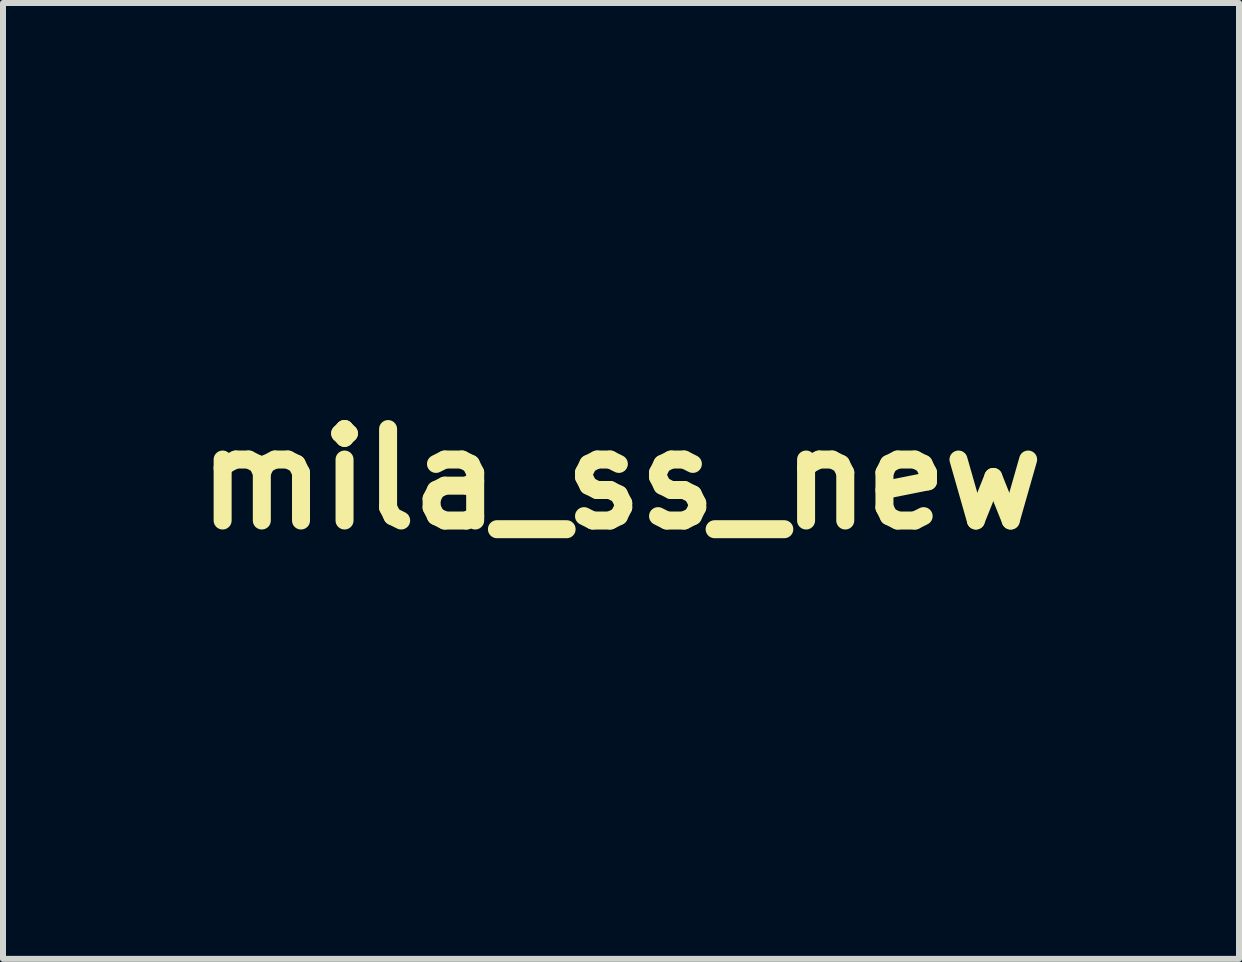
<source format=kicad_pcb>
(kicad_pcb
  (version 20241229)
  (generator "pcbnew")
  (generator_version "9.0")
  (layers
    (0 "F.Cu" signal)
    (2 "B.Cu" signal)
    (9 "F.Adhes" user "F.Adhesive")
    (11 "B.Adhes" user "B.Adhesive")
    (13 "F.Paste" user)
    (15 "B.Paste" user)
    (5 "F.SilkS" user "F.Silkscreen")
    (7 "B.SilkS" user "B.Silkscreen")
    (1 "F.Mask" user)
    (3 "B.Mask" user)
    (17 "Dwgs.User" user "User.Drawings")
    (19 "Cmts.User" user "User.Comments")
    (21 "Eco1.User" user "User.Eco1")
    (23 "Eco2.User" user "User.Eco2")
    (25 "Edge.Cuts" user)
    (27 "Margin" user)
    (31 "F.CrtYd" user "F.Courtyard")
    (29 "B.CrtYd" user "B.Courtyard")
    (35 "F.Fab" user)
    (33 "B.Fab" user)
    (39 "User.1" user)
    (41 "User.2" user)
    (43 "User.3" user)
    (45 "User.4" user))
  (footprint "mila_ss_new"
    (layer "F.Cu")
    (at 7.301 4.936)
    (property "Reference" "mila_ss_new" (at 0 0 0) (layer "F.SilkS") (effects (font (size 1.524 1.524) (thickness 0.3))))
    (attr through_hole)
    (fp_poly (pts (xy -1.6 -0.845) (xy -1.607 -0.838) (xy -1.613 -0.845) (xy -1.607 -0.851) (xy -1.6 -0.845)) (stroke (width 0.01) (type solid)) (fill yes) (layer "F.Mask"))
    (fp_poly (pts (xy -1.435 -1.53) (xy -1.441 -1.524) (xy -1.448 -1.53) (xy -1.441 -1.537) (xy -1.435 -1.53)) (stroke (width 0.01) (type solid)) (fill yes) (layer "F.Mask"))
    (fp_poly (pts (xy -1.232 4.312) (xy -1.238 4.318) (xy -1.245 4.312) (xy -1.238 4.305) (xy -1.232 4.312)) (stroke (width 0.01) (type solid)) (fill yes) (layer "F.Mask"))
    (fp_poly (pts (xy -1.219 4.35) (xy -1.226 4.356) (xy -1.232 4.35) (xy -1.226 4.343) (xy -1.219 4.35)) (stroke (width 0.01) (type solid)) (fill yes) (layer "F.Mask"))
    (fp_poly (pts (xy -1.054 1.67) (xy -1.06 1.676) (xy -1.067 1.67) (xy -1.06 1.664) (xy -1.054 1.67)) (stroke (width 0.01) (type solid)) (fill yes) (layer "F.Mask"))
    (fp_poly (pts (xy -0.775 -1.048) (xy -0.781 -1.041) (xy -0.787 -1.048) (xy -0.781 -1.054) (xy -0.775 -1.048)) (stroke (width 0.01) (type solid)) (fill yes) (layer "F.Mask"))
    (fp_poly (pts (xy -0.737 -1.454) (xy -0.743 -1.448) (xy -0.749 -1.454) (xy -0.743 -1.46) (xy -0.737 -1.454)) (stroke (width 0.01) (type solid)) (fill yes) (layer "F.Mask"))
    (fp_poly (pts (xy -0.648 -0.654) (xy -0.654 -0.648) (xy -0.66 -0.654) (xy -0.654 -0.66) (xy -0.648 -0.654)) (stroke (width 0.01) (type solid)) (fill yes) (layer "F.Mask"))
    (fp_poly (pts (xy -0.584 -1.073) (xy -0.591 -1.067) (xy -0.597 -1.073) (xy -0.591 -1.079) (xy -0.584 -1.073)) (stroke (width 0.01) (type solid)) (fill yes) (layer "F.Mask"))
    (fp_poly (pts (xy -0.572 -0.591) (xy -0.578 -0.584) (xy -0.584 -0.591) (xy -0.578 -0.597) (xy -0.572 -0.591)) (stroke (width 0.01) (type solid)) (fill yes) (layer "F.Mask"))
    (fp_poly (pts (xy -0.47 0.387) (xy -0.476 0.394) (xy -0.483 0.387) (xy -0.476 0.381) (xy -0.47 0.387)) (stroke (width 0.01) (type solid)) (fill yes) (layer "F.Mask"))
    (fp_poly (pts (xy -0.419 0.171) (xy -0.425 0.178) (xy -0.432 0.171) (xy -0.425 0.165) (xy -0.419 0.171)) (stroke (width 0.01) (type solid)) (fill yes) (layer "F.Mask"))
    (fp_poly (pts (xy -0.381 0.857) (xy -0.387 0.864) (xy -0.394 0.857) (xy -0.387 0.851) (xy -0.381 0.857)) (stroke (width 0.01) (type solid)) (fill yes) (layer "F.Mask"))
    (fp_poly (pts (xy -0.165 3.245) (xy -0.171 3.251) (xy -0.178 3.245) (xy -0.171 3.239) (xy -0.165 3.245)) (stroke (width 0.01) (type solid)) (fill yes) (layer "F.Mask"))
    (fp_poly (pts (xy 0.114 4.045) (xy 0.108 4.051) (xy 0.102 4.045) (xy 0.108 4.039) (xy 0.114 4.045)) (stroke (width 0.01) (type solid)) (fill yes) (layer "F.Mask"))
    (fp_poly (pts (xy 0.381 2.788) (xy 0.375 2.794) (xy 0.368 2.788) (xy 0.375 2.781) (xy 0.381 2.788)) (stroke (width 0.01) (type solid)) (fill yes) (layer "F.Mask"))
    (fp_poly (pts (xy 1.575 3.423) (xy 1.568 3.429) (xy 1.562 3.423) (xy 1.568 3.416) (xy 1.575 3.423)) (stroke (width 0.01) (type solid)) (fill yes) (layer "F.Mask"))
    (fp_poly (pts (xy 1.613 3.41) (xy 1.607 3.416) (xy 1.6 3.41) (xy 1.607 3.404) (xy 1.613 3.41)) (stroke (width 0.01) (type solid)) (fill yes) (layer "F.Mask"))
    (fp_poly (pts (xy 1.626 3.981) (xy 1.619 3.988) (xy 1.613 3.981) (xy 1.619 3.975) (xy 1.626 3.981)) (stroke (width 0.01) (type solid)) (fill yes) (layer "F.Mask"))
    (fp_poly (pts (xy 1.638 3.588) (xy 1.632 3.594) (xy 1.626 3.588) (xy 1.632 3.581) (xy 1.638 3.588)) (stroke (width 0.01) (type solid)) (fill yes) (layer "F.Mask"))
    (fp_poly (pts (xy 1.664 3.499) (xy 1.657 3.505) (xy 1.651 3.499) (xy 1.657 3.493) (xy 1.664 3.499)) (stroke (width 0.01) (type solid)) (fill yes) (layer "F.Mask"))
    (fp_poly (pts (xy -1.858 1.985) (xy -1.86 1.993) (xy -1.867 1.994) (xy -1.877 1.989) (xy -1.875 1.985) (xy -1.86 1.984) (xy -1.858 1.985)) (stroke (width 0.01) (type solid)) (fill yes) (layer "F.Mask"))
    (fp_poly (pts (xy -1.858 2.017) (xy -1.857 2.037) (xy -1.859 2.041) (xy -1.865 2.037) (xy -1.866 2.025) (xy -1.863 2.011) (xy -1.858 2.017)) (stroke (width 0.01) (type solid)) (fill yes) (layer "F.Mask"))
    (fp_poly (pts (xy -1.846 -0.301) (xy -1.847 -0.293) (xy -1.854 -0.292) (xy -1.865 -0.297) (xy -1.863 -0.301) (xy -1.848 -0.302) (xy -1.846 -0.301)) (stroke (width 0.01) (type solid)) (fill yes) (layer "F.Mask"))
    (fp_poly (pts (xy -1.592 -0.669) (xy -1.593 -0.661) (xy -1.6 -0.66) (xy -1.611 -0.665) (xy -1.609 -0.669) (xy -1.594 -0.67) (xy -1.592 -0.669)) (stroke (width 0.01) (type solid)) (fill yes) (layer "F.Mask"))
    (fp_poly (pts (xy -1.579 4.868) (xy -1.578 4.883) (xy -1.579 4.885) (xy -1.587 4.884) (xy -1.587 4.877) (xy -1.583 4.866) (xy -1.579 4.868)) (stroke (width 0.01) (type solid)) (fill yes) (layer "F.Mask"))
    (fp_poly (pts (xy -1.566 -0.694) (xy -1.565 -0.679) (xy -1.566 -0.677) (xy -1.574 -0.679) (xy -1.575 -0.686) (xy -1.57 -0.696) (xy -1.566 -0.694)) (stroke (width 0.01) (type solid)) (fill yes) (layer "F.Mask"))
    (fp_poly (pts (xy -1.49 0.284) (xy -1.492 0.291) (xy -1.499 0.292) (xy -1.509 0.287) (xy -1.507 0.284) (xy -1.492 0.282) (xy -1.49 0.284)) (stroke (width 0.01) (type solid)) (fill yes) (layer "F.Mask"))
    (fp_poly (pts (xy -1.465 3.027) (xy -1.466 3.034) (xy -1.473 3.035) (xy -1.484 3.031) (xy -1.482 3.027) (xy -1.467 3.025) (xy -1.465 3.027)) (stroke (width 0.01) (type solid)) (fill yes) (layer "F.Mask"))
    (fp_poly (pts (xy -0.741 -0.809) (xy -0.739 -0.793) (xy -0.741 -0.792) (xy -0.748 -0.793) (xy -0.749 -0.8) (xy -0.745 -0.811) (xy -0.741 -0.809)) (stroke (width 0.01) (type solid)) (fill yes) (layer "F.Mask"))
    (fp_poly (pts (xy -0.614 2.709) (xy -0.612 2.724) (xy -0.614 2.726) (xy -0.621 2.725) (xy -0.622 2.718) (xy -0.618 2.707) (xy -0.614 2.709)) (stroke (width 0.01) (type solid)) (fill yes) (layer "F.Mask"))
    (fp_poly (pts (xy -0.588 -0.383) (xy -0.587 -0.364) (xy -0.589 -0.359) (xy -0.595 -0.363) (xy -0.596 -0.376) (xy -0.593 -0.389) (xy -0.588 -0.383)) (stroke (width 0.01) (type solid)) (fill yes) (layer "F.Mask"))
    (fp_poly (pts (xy -0.474 -0.008) (xy -0.473 0.007) (xy -0.474 0.008) (xy -0.482 0.007) (xy -0.483 0) (xy -0.478 -0.01) (xy -0.474 -0.008)) (stroke (width 0.01) (type solid)) (fill yes) (layer "F.Mask"))
    (fp_poly (pts (xy -0.449 -0.262) (xy -0.45 -0.255) (xy -0.457 -0.254) (xy -0.468 -0.259) (xy -0.466 -0.262) (xy -0.451 -0.264) (xy -0.449 -0.262)) (stroke (width 0.01) (type solid)) (fill yes) (layer "F.Mask"))
    (fp_poly (pts (xy 0.364 2.747) (xy 0.362 2.755) (xy 0.356 2.756) (xy 0.345 2.751) (xy 0.347 2.747) (xy 0.362 2.746) (xy 0.364 2.747)) (stroke (width 0.01) (type solid)) (fill yes) (layer "F.Mask"))
    (fp_poly (pts (xy 1.304 3.452) (xy 1.306 3.472) (xy 1.303 3.476) (xy 1.297 3.473) (xy 1.296 3.46) (xy 1.3 3.446) (xy 1.304 3.452)) (stroke (width 0.01) (type solid)) (fill yes) (layer "F.Mask"))
    (fp_poly (pts (xy -1.689 3.006) (xy -1.685 3.016) (xy -1.681 3.034) (xy -1.69 3.03) (xy -1.696 3.022) (xy -1.7 3.005) (xy -1.698 3.002) (xy -1.689 3.006)) (stroke (width 0.01) (type solid)) (fill yes) (layer "F.Mask"))
    (fp_poly (pts (xy -1.556 -1.117) (xy -1.569 -1.107) (xy -1.584 -1.105) (xy -1.587 -1.11) (xy -1.578 -1.118) (xy -1.568 -1.122) (xy -1.555 -1.123) (xy -1.556 -1.117)) (stroke (width 0.01) (type solid)) (fill yes) (layer "F.Mask"))
    (fp_poly (pts (xy -1.424 1.381) (xy -1.422 1.39) (xy -1.427 1.408) (xy -1.438 1.403) (xy -1.441 1.398) (xy -1.439 1.382) (xy -1.435 1.378) (xy -1.424 1.381)) (stroke (width 0.01) (type solid)) (fill yes) (layer "F.Mask"))
    (fp_poly (pts (xy -0.272 0.682) (xy -0.275 0.691) (xy -0.285 0.709) (xy -0.291 0.706) (xy -0.292 0.699) (xy -0.283 0.682) (xy -0.28 0.68) (xy -0.272 0.682)) (stroke (width 0.01) (type solid)) (fill yes) (layer "F.Mask"))
    (fp_poly (pts (xy 0.13 4.303) (xy 0.138 4.32) (xy 0.13 4.333) (xy 0.116 4.34) (xy 0.107 4.326) (xy 0.104 4.302) (xy 0.114 4.294) (xy 0.13 4.303)) (stroke (width 0.01) (type solid)) (fill yes) (layer "F.Mask"))
    (fp_poly (pts (xy 1.026 4.086) (xy 1.029 4.096) (xy 1.027 4.112) (xy 1.016 4.11) (xy 1.005 4.104) (xy 0.996 4.093) (xy 1.009 4.085) (xy 1.026 4.086)) (stroke (width 0.01) (type solid)) (fill yes) (layer "F.Mask"))
    (fp_poly (pts (xy 1.6 3.553) (xy 1.605 3.562) (xy 1.608 3.58) (xy 1.599 3.576) (xy 1.593 3.568) (xy 1.589 3.551) (xy 1.591 3.548) (xy 1.6 3.553)) (stroke (width 0.01) (type solid)) (fill yes) (layer "F.Mask"))
    (fp_poly (pts (xy 1.803 3.894) (xy 1.805 3.896) (xy 1.815 3.912) (xy 1.814 3.918) (xy 1.804 3.914) (xy 1.798 3.903) (xy 1.794 3.888) (xy 1.803 3.894)) (stroke (width 0.01) (type solid)) (fill yes) (layer "F.Mask"))
    (fp_poly (pts (xy -1.707 2.775) (xy -1.708 2.781) (xy -1.719 2.793) (xy -1.721 2.794) (xy -1.731 2.785) (xy -1.734 2.781) (xy -1.731 2.771) (xy -1.721 2.769) (xy -1.707 2.775)) (stroke (width 0.01) (type solid)) (fill yes) (layer "F.Mask"))
    (fp_poly (pts (xy -1.676 3.074) (xy -1.687 3.085) (xy -1.695 3.086) (xy -1.712 3.083) (xy -1.714 3.081) (xy -1.705 3.073) (xy -1.695 3.069) (xy -1.679 3.069) (xy -1.676 3.074)) (stroke (width 0.01) (type solid)) (fill yes) (layer "F.Mask"))
    (fp_poly (pts (xy -1.435 -1.328) (xy -1.445 -1.318) (xy -1.46 -1.308) (xy -1.48 -1.3) (xy -1.486 -1.301) (xy -1.476 -1.311) (xy -1.46 -1.321) (xy -1.441 -1.329) (xy -1.435 -1.328)) (stroke (width 0.01) (type solid)) (fill yes) (layer "F.Mask"))
    (fp_poly (pts (xy -1.262 -1.631) (xy -1.264 -1.626) (xy -1.275 -1.613) (xy -1.277 -1.613) (xy -1.283 -1.623) (xy -1.283 -1.626) (xy -1.273 -1.638) (xy -1.269 -1.638) (xy -1.262 -1.631)) (stroke (width 0.01) (type solid)) (fill yes) (layer "F.Mask"))
    (fp_poly (pts (xy -1.242 4.403) (xy -1.232 4.413) (xy -1.224 4.429) (xy -1.229 4.432) (xy -1.247 4.424) (xy -1.257 4.413) (xy -1.265 4.398) (xy -1.26 4.394) (xy -1.242 4.403)) (stroke (width 0.01) (type solid)) (fill yes) (layer "F.Mask"))
    (fp_poly (pts (xy -1.029 3.74) (xy -1.016 3.756) (xy -1.016 3.76) (xy -1.026 3.772) (xy -1.029 3.772) (xy -1.04 3.762) (xy -1.041 3.752) (xy -1.035 3.739) (xy -1.029 3.74)) (stroke (width 0.01) (type solid)) (fill yes) (layer "F.Mask"))
    (fp_poly (pts (xy -1.024 2.474) (xy -1.026 2.496) (xy -1.032 2.519) (xy -1.037 2.527) (xy -1.04 2.516) (xy -1.041 2.496) (xy -1.038 2.472) (xy -1.03 2.464) (xy -1.024 2.474)) (stroke (width 0.01) (type solid)) (fill yes) (layer "F.Mask"))
    (fp_poly (pts (xy -0.956 -1.363) (xy -0.959 -1.359) (xy -0.971 -1.347) (xy -0.973 -1.346) (xy -0.974 -1.354) (xy -0.972 -1.359) (xy -0.96 -1.371) (xy -0.957 -1.372) (xy -0.956 -1.363)) (stroke (width 0.01) (type solid)) (fill yes) (layer "F.Mask"))
    (fp_poly (pts (xy -0.664 -0.792) (xy -0.667 -0.787) (xy -0.679 -0.775) (xy -0.681 -0.775) (xy -0.682 -0.783) (xy -0.679 -0.787) (xy -0.667 -0.8) (xy -0.665 -0.8) (xy -0.664 -0.792)) (stroke (width 0.01) (type solid)) (fill yes) (layer "F.Mask"))
    (fp_poly (pts (xy -0.26 0.96) (xy -0.267 0.972) (xy -0.282 0.987) (xy -0.287 0.991) (xy -0.287 0.981) (xy -0.284 0.972) (xy -0.271 0.955) (xy -0.264 0.953) (xy -0.26 0.96)) (stroke (width 0.01) (type solid)) (fill yes) (layer "F.Mask"))
    (fp_poly (pts (xy 0.342 2.26) (xy 0.344 2.265) (xy 0.353 2.286) (xy 0.349 2.296) (xy 0.339 2.29) (xy 0.331 2.271) (xy 0.331 2.262) (xy 0.333 2.25) (xy 0.342 2.26)) (stroke (width 0.01) (type solid)) (fill yes) (layer "F.Mask"))
    (fp_poly (pts (xy -1.592 2.179) (xy -1.582 2.196) (xy -1.59 2.216) (xy -1.6 2.222) (xy -1.632 2.234) (xy -1.647 2.227) (xy -1.649 2.207) (xy -1.634 2.181) (xy -1.618 2.174) (xy -1.592 2.179)) (stroke (width 0.01) (type solid)) (fill yes) (layer "F.Mask"))
    (fp_poly (pts (xy -0.597 -0.774) (xy -0.605 -0.75) (xy -0.618 -0.73) (xy -0.632 -0.713) (xy -0.634 -0.718) (xy -0.629 -0.737) (xy -0.618 -0.765) (xy -0.607 -0.782) (xy -0.599 -0.783) (xy -0.597 -0.774)) (stroke (width 0.01) (type solid)) (fill yes) (layer "F.Mask"))
    (fp_poly (pts (xy -0.44 0.112) (xy -0.439 0.112) (xy -0.441 0.13) (xy -0.451 0.147) (xy -0.465 0.164) (xy -0.469 0.158) (xy -0.469 0.144) (xy -0.465 0.118) (xy -0.453 0.106) (xy -0.44 0.112)) (stroke (width 0.01) (type solid)) (fill yes) (layer "F.Mask"))
    (fp_poly (pts (xy 1.492 3.919) (xy 1.498 3.92) (xy 1.522 3.931) (xy 1.532 3.942) (xy 1.526 3.949) (xy 1.52 3.95) (xy 1.497 3.941) (xy 1.487 3.932) (xy 1.479 3.919) (xy 1.492 3.919)) (stroke (width 0.01) (type solid)) (fill yes) (layer "F.Mask"))
    (fp_poly (pts (xy 1.94 3.692) (xy 1.941 3.707) (xy 1.925 3.726) (xy 1.917 3.731) (xy 1.898 3.741) (xy 1.893 3.733) (xy 1.894 3.72) (xy 1.907 3.696) (xy 1.921 3.688) (xy 1.94 3.692)) (stroke (width 0.01) (type solid)) (fill yes) (layer "F.Mask"))
    (fp_poly (pts (xy 1.879 3.765) (xy 1.879 3.769) (xy 1.873 3.799) (xy 1.856 3.814) (xy 1.845 3.814) (xy 1.837 3.803) (xy 1.843 3.78) (xy 1.844 3.777) (xy 1.86 3.753) (xy 1.873 3.748) (xy 1.879 3.765)) (stroke (width 0.01) (type solid)) (fill yes) (layer "F.Mask"))
    (fp_poly (pts (xy 1.924 3.584) (xy 1.949 3.605) (xy 1.956 3.634) (xy 1.954 3.661) (xy 1.948 3.667) (xy 1.934 3.652) (xy 1.919 3.628) (xy 1.899 3.593) (xy 1.894 3.577) (xy 1.905 3.576) (xy 1.924 3.584)) (stroke (width 0.01) (type solid)) (fill yes) (layer "F.Mask"))
    (fp_poly (pts (xy -1.687 3.28) (xy -1.679 3.309) (xy -1.677 3.35) (xy -1.679 3.388) (xy -1.687 3.401) (xy -1.701 3.39) (xy -1.717 3.365) (xy -1.731 3.337) (xy -1.731 3.317) (xy -1.719 3.294) (xy -1.7 3.275) (xy -1.687 3.28)) (stroke (width 0.01) (type solid)) (fill yes) (layer "F.Mask"))
    (fp_poly (pts (xy 1.695 3.933) (xy 1.699 3.937) (xy 1.722 3.961) (xy 1.723 3.971) (xy 1.702 3.973) (xy 1.689 3.973) (xy 1.661 3.966) (xy 1.652 3.95) (xy 1.651 3.941) (xy 1.655 3.917) (xy 1.669 3.915) (xy 1.695 3.933)) (stroke (width 0.01) (type solid)) (fill yes) (layer "F.Mask"))
    (fp_poly (pts (xy -1.466 -1.356) (xy -1.472 -1.346) (xy -1.494 -1.325) (xy -1.525 -1.297) (xy -1.558 -1.27) (xy -1.574 -1.26) (xy -1.577 -1.265) (xy -1.574 -1.272) (xy -1.559 -1.292) (xy -1.534 -1.316) (xy -1.505 -1.338) (xy -1.48 -1.353) (xy -1.466 -1.356) (xy -1.466 -1.356)) (stroke (width 0.01) (type solid)) (fill yes) (layer "F.Mask"))
    (fp_poly (pts (xy -1.729 3.97) (xy -1.734 4.005) (xy -1.743 4.029) (xy -1.762 4.06) (xy -1.785 4.093) (xy -1.81 4.123) (xy -1.832 4.146) (xy -1.848 4.158) (xy -1.854 4.153) (xy -1.846 4.135) (xy -1.824 4.109) (xy -1.811 4.096) (xy -1.78 4.058) (xy -1.756 4.014) (xy -1.752 4.002) (xy -1.739 3.967) (xy -1.731 3.956) (xy -1.729 3.97)) (stroke (width 0.01) (type solid)) (fill yes) (layer "F.Mask"))
    (fp_poly (pts (xy 1.392 3.792) (xy 1.402 3.807) (xy 1.413 3.832) (xy 1.432 3.866) (xy 1.435 3.87) (xy 1.448 3.896) (xy 1.449 3.911) (xy 1.446 3.912) (xy 1.433 3.901) (xy 1.426 3.886) (xy 1.414 3.866) (xy 1.403 3.861) (xy 1.384 3.852) (xy 1.365 3.83) (xy 1.353 3.807) (xy 1.354 3.795) (xy 1.372 3.785) (xy 1.392 3.792)) (stroke (width 0.01) (type solid)) (fill yes) (layer "F.Mask"))
    (fp_poly (pts (xy -1.02 3.809) (xy -1.024 3.835) (xy -1.03 3.883) (xy -1.032 3.931) (xy -1.032 3.94) (xy -1.033 3.975) (xy -1.041 3.985) (xy -1.058 3.972) (xy -1.07 3.956) (xy -1.088 3.927) (xy -1.089 3.907) (xy -1.071 3.889) (xy -1.067 3.886) (xy -1.047 3.862) (xy -1.041 3.842) (xy -1.035 3.811) (xy -1.028 3.797) (xy -1.021 3.792) (xy -1.02 3.809)) (stroke (width 0.01) (type solid)) (fill yes) (layer "F.Mask"))
    (fp_poly (pts (xy 1.682 3.454) (xy 1.734 3.476) (xy 1.766 3.495) (xy 1.782 3.517) (xy 1.788 3.544) (xy 1.788 3.548) (xy 1.786 3.582) (xy 1.777 3.601) (xy 1.765 3.602) (xy 1.76 3.596) (xy 1.745 3.583) (xy 1.716 3.567) (xy 1.708 3.563) (xy 1.678 3.545) (xy 1.668 3.528) (xy 1.67 3.518) (xy 1.671 3.487) (xy 1.664 3.468) (xy 1.656 3.45) (xy 1.665 3.448) (xy 1.682 3.454)) (stroke (width 0.01) (type solid)) (fill yes) (layer "F.Mask"))
    (fp_poly (pts (xy -1.851 2.108) (xy -1.828 2.145) (xy -1.813 2.193) (xy -1.812 2.237) (xy -1.812 2.238) (xy -1.812 2.265) (xy -1.794 2.279) (xy -1.791 2.28) (xy -1.771 2.294) (xy -1.771 2.307) (xy -1.776 2.334) (xy -1.778 2.363) (xy -1.783 2.39) (xy -1.794 2.401) (xy -1.806 2.392) (xy -1.809 2.384) (xy -1.814 2.363) (xy -1.819 2.327) (xy -1.821 2.311) (xy -1.838 2.216) (xy -1.861 2.121) (xy -1.866 2.1) (xy -1.86 2.1) (xy -1.851 2.108)) (stroke (width 0.01) (type solid)) (fill yes) (layer "F.Mask"))
    (fp_poly (pts (xy 1.456 3.347) (xy 1.455 3.374) (xy 1.438 3.404) (xy 1.436 3.406) (xy 1.417 3.433) (xy 1.41 3.456) (xy 1.406 3.485) (xy 1.396 3.509) (xy 1.386 3.516) (xy 1.368 3.512) (xy 1.357 3.509) (xy 1.336 3.493) (xy 1.328 3.464) (xy 1.337 3.434) (xy 1.342 3.426) (xy 1.354 3.409) (xy 1.351 3.404) (xy 1.353 3.396) (xy 1.37 3.378) (xy 1.384 3.366) (xy 1.413 3.344) (xy 1.436 3.332) (xy 1.441 3.332) (xy 1.456 3.347)) (stroke (width 0.01) (type solid)) (fill yes) (layer "F.Mask"))
    (fp_poly (pts (xy -1.714 2.861) (xy -1.723 2.886) (xy -1.734 2.901) (xy -1.749 2.923) (xy -1.75 2.937) (xy -1.755 2.957) (xy -1.77 2.986) (xy -1.775 2.993) (xy -1.793 3.021) (xy -1.803 3.041) (xy -1.804 3.044) (xy -1.81 3.059) (xy -1.822 3.078) (xy -1.835 3.091) (xy -1.841 3.092) (xy -1.841 3.091) (xy -1.836 3.073) (xy -1.823 3.041) (xy -1.805 3.003) (xy -1.785 2.959) (xy -1.768 2.921) (xy -1.76 2.9) (xy -1.748 2.874) (xy -1.733 2.856) (xy -1.72 2.851) (xy -1.714 2.861)) (stroke (width 0.01) (type solid)) (fill yes) (layer "F.Mask"))
    (fp_poly (pts (xy -1.76 2.431) (xy -1.748 2.452) (xy -1.748 2.487) (xy -1.749 2.492) (xy -1.749 2.522) (xy -1.736 2.534) (xy -1.726 2.544) (xy -1.72 2.565) (xy -1.719 2.604) (xy -1.719 2.636) (xy -1.722 2.692) (xy -1.727 2.727) (xy -1.734 2.74) (xy -1.742 2.729) (xy -1.744 2.722) (xy -1.75 2.695) (xy -1.757 2.656) (xy -1.759 2.642) (xy -1.766 2.603) (xy -1.775 2.572) (xy -1.777 2.566) (xy -1.785 2.541) (xy -1.792 2.504) (xy -1.794 2.492) (xy -1.797 2.454) (xy -1.79 2.435) (xy -1.782 2.429) (xy -1.76 2.431)) (stroke (width 0.01) (type solid)) (fill yes) (layer "F.Mask"))
    (fp_poly (pts (xy 0.366 2.425) (xy 0.376 2.455) (xy 0.382 2.497) (xy 0.385 2.545) (xy 0.385 2.591) (xy 0.38 2.63) (xy 0.373 2.648) (xy 0.359 2.683) (xy 0.353 2.708) (xy 0.347 2.725) (xy 0.341 2.724) (xy 0.333 2.704) (xy 0.325 2.671) (xy 0.323 2.662) (xy 0.319 2.631) (xy 0.323 2.62) (xy 0.329 2.622) (xy 0.339 2.64) (xy 0.338 2.649) (xy 0.338 2.665) (xy 0.343 2.667) (xy 0.354 2.657) (xy 0.356 2.649) (xy 0.36 2.621) (xy 0.363 2.611) (xy 0.362 2.594) (xy 0.352 2.591) (xy 0.331 2.58) (xy 0.325 2.571) (xy 0.318 2.546) (xy 0.324 2.542) (xy 0.333 2.55) (xy 0.351 2.563) (xy 0.363 2.563) (xy 0.359 2.551) (xy 0.356 2.547) (xy 0.348 2.526) (xy 0.356 2.501) (xy 0.364 2.482) (xy 0.357 2.482) (xy 0.346 2.478) (xy 0.343 2.452) (xy 0.346 2.425) (xy 0.354 2.413) (xy 0.355 2.413) (xy 0.366 2.425)) (stroke (width 0.01) (type solid)) (fill yes) (layer "F.Mask"))
    (fp_poly (pts (xy -1.578 4.263) (xy -1.577 4.285) (xy -1.593 4.319) (xy -1.625 4.362) (xy -1.626 4.362) (xy -1.658 4.405) (xy -1.673 4.439) (xy -1.676 4.465) (xy -1.682 4.508) (xy -1.694 4.552) (xy -1.695 4.554) (xy -1.707 4.602) (xy -1.704 4.643) (xy -1.686 4.673) (xy -1.656 4.685) (xy -1.638 4.684) (xy -1.624 4.692) (xy -1.611 4.721) (xy -1.601 4.765) (xy -1.595 4.81) (xy -1.597 4.842) (xy -1.609 4.851) (xy -1.623 4.841) (xy -1.626 4.827) (xy -1.636 4.805) (xy -1.665 4.776) (xy -1.692 4.754) (xy -1.727 4.728) (xy -1.753 4.707) (xy -1.763 4.696) (xy -1.778 4.687) (xy -1.785 4.686) (xy -1.802 4.68) (xy -1.803 4.675) (xy -1.814 4.664) (xy -1.841 4.655) (xy -1.841 4.655) (xy -1.873 4.642) (xy -1.895 4.626) (xy -1.905 4.612) (xy -1.898 4.613) (xy -1.894 4.616) (xy -1.863 4.627) (xy -1.829 4.63) (xy -1.805 4.623) (xy -1.801 4.619) (xy -1.793 4.595) (xy -1.791 4.575) (xy -1.784 4.549) (xy -1.767 4.511) (xy -1.744 4.473) (xy -1.717 4.426) (xy -1.693 4.377) (xy -1.681 4.345) (xy -1.657 4.292) (xy -1.625 4.262) (xy -1.597 4.255) (xy -1.578 4.263)) (stroke (width 0.01) (type solid)) (fill yes) (layer "F.Mask"))
    (fp_poly (pts (xy -0.917 1.466) (xy -0.91 1.487) (xy -0.909 1.526) (xy -0.913 1.577) (xy -0.921 1.631) (xy -0.932 1.683) (xy -0.945 1.726) (xy -0.958 1.752) (xy -0.965 1.764) (xy -0.956 1.761) (xy -0.942 1.761) (xy -0.938 1.774) (xy -0.938 1.818) (xy -0.944 1.855) (xy -0.953 1.873) (xy -0.965 1.895) (xy -0.965 1.901) (xy -0.97 1.926) (xy -0.983 1.959) (xy -0.999 1.991) (xy -1.015 2.014) (xy -1.023 2.019) (xy -1.032 2.008) (xy -1.037 1.98) (xy -1.038 1.972) (xy -1.036 1.937) (xy -1.029 1.912) (xy -1.027 1.91) (xy -1.015 1.881) (xy -1.01 1.838) (xy -1.011 1.792) (xy -1.019 1.752) (xy -1.023 1.744) (xy -1.034 1.719) (xy -1.031 1.708) (xy -1.015 1.704) (xy -0.997 1.697) (xy -0.993 1.681) (xy -0.997 1.659) (xy -1.006 1.611) (xy -1.006 1.607) (xy -0.965 1.607) (xy -0.959 1.623) (xy -0.953 1.626) (xy -0.946 1.616) (xy -0.948 1.607) (xy -0.957 1.59) (xy -0.96 1.587) (xy -0.965 1.598) (xy -0.965 1.607) (xy -1.006 1.607) (xy -1.006 1.583) (xy -0.997 1.571) (xy -0.989 1.57) (xy -0.972 1.562) (xy -0.962 1.533) (xy -0.96 1.523) (xy -0.95 1.485) (xy -0.935 1.464) (xy -0.92 1.464) (xy -0.917 1.466)) (stroke (width 0.01) (type solid)) (fill yes) (layer "F.Mask"))
    (fp_poly (pts (xy -1.035 4.017) (xy -1.024 4.043) (xy -1.015 4.092) (xy -1.011 4.149) (xy -1.006 4.205) (xy -1 4.255) (xy -0.993 4.291) (xy -0.991 4.299) (xy -0.982 4.336) (xy -0.977 4.391) (xy -0.976 4.456) (xy -0.979 4.523) (xy -0.984 4.578) (xy -0.989 4.606) (xy -0.998 4.63) (xy -1.013 4.654) (xy -1.038 4.684) (xy -1.076 4.724) (xy -1.109 4.759) (xy -1.159 4.809) (xy -1.207 4.859) (xy -1.247 4.903) (xy -1.275 4.933) (xy -1.305 4.966) (xy -1.329 4.984) (xy -1.355 4.99) (xy -1.38 4.991) (xy -1.413 4.989) (xy -1.433 4.983) (xy -1.435 4.98) (xy -1.446 4.97) (xy -1.474 4.954) (xy -1.505 4.94) (xy -1.541 4.924) (xy -1.563 4.909) (xy -1.568 4.901) (xy -1.552 4.896) (xy -1.539 4.899) (xy -1.508 4.908) (xy -1.492 4.909) (xy -1.478 4.905) (xy -1.469 4.892) (xy -1.465 4.862) (xy -1.463 4.835) (xy -1.458 4.79) (xy -1.448 4.768) (xy -1.437 4.77) (xy -1.424 4.796) (xy -1.419 4.814) (xy -1.403 4.859) (xy -1.382 4.883) (xy -1.353 4.889) (xy -1.333 4.885) (xy -1.322 4.867) (xy -1.316 4.838) (xy -1.308 4.808) (xy -1.298 4.794) (xy -1.295 4.794) (xy -1.282 4.79) (xy -1.271 4.773) (xy -1.252 4.745) (xy -1.227 4.725) (xy -1.211 4.715) (xy -1.201 4.703) (xy -1.196 4.684) (xy -1.196 4.653) (xy -1.199 4.606) (xy -1.205 4.547) (xy -1.209 4.498) (xy -1.209 4.459) (xy -1.205 4.438) (xy -1.204 4.437) (xy -1.2 4.415) (xy -1.203 4.379) (xy -1.205 4.37) (xy -1.211 4.338) (xy -1.21 4.326) (xy -1.201 4.33) (xy -1.196 4.333) (xy -1.175 4.352) (xy -1.167 4.361) (xy -1.149 4.371) (xy -1.126 4.376) (xy -1.096 4.381) (xy -1.08 4.387) (xy -1.068 4.387) (xy -1.067 4.381) (xy -1.06 4.372) (xy -1.056 4.374) (xy -1.049 4.369) (xy -1.047 4.351) (xy -1.05 4.33) (xy -1.057 4.318) (xy -1.062 4.301) (xy -1.066 4.266) (xy -1.068 4.218) (xy -1.068 4.163) (xy -1.065 4.109) (xy -1.063 4.089) (xy -1.059 4.049) (xy -1.056 4.019) (xy -1.055 4.009) (xy -1.047 4.008) (xy -1.035 4.017)) (stroke (width 0.01) (type solid)) (fill yes) (layer "F.Mask"))
    (fp_poly (pts (xy 1.003 4.213) (xy 1.003 4.235) (xy 0.992 4.265) (xy 0.974 4.296) (xy 0.952 4.322) (xy 0.93 4.336) (xy 0.909 4.351) (xy 0.885 4.379) (xy 0.879 4.388) (xy 0.842 4.428) (xy 0.784 4.462) (xy 0.705 4.488) (xy 0.659 4.51) (xy 0.639 4.534) (xy 0.615 4.575) (xy 0.587 4.602) (xy 0.547 4.619) (xy 0.492 4.629) (xy 0.44 4.632) (xy 0.322 4.638) (xy 0.287 4.597) (xy 0.259 4.558) (xy 0.232 4.513) (xy 0.227 4.504) (xy 0.201 4.462) (xy 0.168 4.418) (xy 0.155 4.404) (xy 0.132 4.377) (xy 0.122 4.36) (xy 0.124 4.356) (xy 0.143 4.365) (xy 0.146 4.369) (xy 0.162 4.376) (xy 0.166 4.374) (xy 0.182 4.378) (xy 0.206 4.398) (xy 0.233 4.428) (xy 0.259 4.462) (xy 0.278 4.496) (xy 0.282 4.505) (xy 0.295 4.533) (xy 0.305 4.546) (xy 0.306 4.547) (xy 0.317 4.557) (xy 0.324 4.571) (xy 0.338 4.591) (xy 0.362 4.606) (xy 0.384 4.609) (xy 0.389 4.606) (xy 0.397 4.592) (xy 0.411 4.561) (xy 0.425 4.526) (xy 0.442 4.487) (xy 0.452 4.469) (xy 0.458 4.469) (xy 0.463 4.485) (xy 0.464 4.487) (xy 0.468 4.52) (xy 0.465 4.541) (xy 0.464 4.567) (xy 0.477 4.589) (xy 0.496 4.6) (xy 0.508 4.597) (xy 0.533 4.594) (xy 0.541 4.599) (xy 0.556 4.598) (xy 0.572 4.579) (xy 0.586 4.547) (xy 0.595 4.51) (xy 0.597 4.487) (xy 0.601 4.456) (xy 0.618 4.444) (xy 0.647 4.445) (xy 0.659 4.444) (xy 0.652 4.431) (xy 0.648 4.427) (xy 0.639 4.409) (xy 0.647 4.392) (xy 0.658 4.381) (xy 0.678 4.365) (xy 0.686 4.363) (xy 0.686 4.363) (xy 0.695 4.363) (xy 0.716 4.352) (xy 0.738 4.339) (xy 0.749 4.345) (xy 0.755 4.366) (xy 0.766 4.397) (xy 0.777 4.416) (xy 0.796 4.423) (xy 0.821 4.411) (xy 0.845 4.386) (xy 0.862 4.354) (xy 0.874 4.33) (xy 0.885 4.322) (xy 0.886 4.322) (xy 0.902 4.319) (xy 0.927 4.302) (xy 0.953 4.277) (xy 0.975 4.25) (xy 0.986 4.229) (xy 0.986 4.223) (xy 0.986 4.206) (xy 0.991 4.204) (xy 1.003 4.213)) (stroke (width 0.01) (type solid)) (fill yes) (layer "F.Mask"))
    (fp_poly (pts (xy -0.826 2.578) (xy -0.82 2.608) (xy -0.806 2.616) (xy -0.79 2.626) (xy -0.787 2.637) (xy -0.784 2.65) (xy -0.77 2.643) (xy -0.768 2.642) (xy -0.754 2.633) (xy -0.749 2.647) (xy -0.749 2.653) (xy -0.749 2.681) (xy -0.721 2.654) (xy -0.692 2.627) (xy -0.679 2.688) (xy -0.669 2.722) (xy -0.66 2.741) (xy -0.656 2.743) (xy -0.642 2.746) (xy -0.63 2.765) (xy -0.622 2.79) (xy -0.622 2.812) (xy -0.625 2.816) (xy -0.63 2.829) (xy -0.618 2.832) (xy -0.599 2.821) (xy -0.59 2.806) (xy -0.581 2.788) (xy -0.575 2.786) (xy -0.562 2.784) (xy -0.55 2.774) (xy -0.526 2.758) (xy -0.511 2.763) (xy -0.508 2.781) (xy -0.503 2.805) (xy -0.496 2.812) (xy -0.474 2.814) (xy -0.447 2.804) (xy -0.425 2.788) (xy -0.419 2.775) (xy -0.409 2.758) (xy -0.399 2.756) (xy -0.384 2.764) (xy -0.386 2.775) (xy -0.385 2.791) (xy -0.379 2.794) (xy -0.373 2.801) (xy -0.381 2.813) (xy -0.39 2.836) (xy -0.387 2.871) (xy -0.384 2.881) (xy -0.378 2.93) (xy -0.381 2.985) (xy -0.382 2.992) (xy -0.388 3.043) (xy -0.392 3.098) (xy -0.393 3.149) (xy -0.391 3.191) (xy -0.386 3.218) (xy -0.38 3.226) (xy -0.377 3.235) (xy -0.386 3.258) (xy -0.389 3.264) (xy -0.407 3.289) (xy -0.419 3.302) (xy -0.42 3.302) (xy -0.432 3.312) (xy -0.436 3.321) (xy -0.435 3.335) (xy -0.414 3.34) (xy -0.407 3.34) (xy -0.381 3.335) (xy -0.365 3.319) (xy -0.356 3.286) (xy -0.352 3.233) (xy -0.352 3.221) (xy -0.35 3.181) (xy -0.346 3.152) (xy -0.342 3.143) (xy -0.335 3.124) (xy -0.327 3.089) (xy -0.324 3.073) (xy -0.317 3.032) (xy -0.31 2.999) (xy -0.308 2.991) (xy -0.302 2.958) (xy -0.3 2.931) (xy -0.293 2.907) (xy -0.281 2.896) (xy -0.27 2.9) (xy -0.267 2.915) (xy -0.259 2.932) (xy -0.253 2.934) (xy -0.247 2.945) (xy -0.244 2.976) (xy -0.244 3.021) (xy -0.247 3.073) (xy -0.252 3.127) (xy -0.258 3.177) (xy -0.266 3.217) (xy -0.274 3.24) (xy -0.286 3.282) (xy -0.284 3.306) (xy -0.274 3.354) (xy -0.285 3.393) (xy -0.301 3.414) (xy -0.322 3.434) (xy -0.339 3.437) (xy -0.363 3.424) (xy -0.365 3.423) (xy -0.42 3.381) (xy -0.465 3.335) (xy -0.49 3.299) (xy -0.499 3.283) (xy -0.51 3.273) (xy -0.527 3.268) (xy -0.556 3.265) (xy -0.602 3.264) (xy -0.645 3.265) (xy -0.707 3.266) (xy -0.774 3.27) (xy -0.843 3.275) (xy -0.907 3.282) (xy -0.961 3.289) (xy -1.001 3.296) (xy -1.021 3.303) (xy -1.022 3.303) (xy -1.025 3.318) (xy -1.03 3.353) (xy -1.033 3.402) (xy -1.035 3.437) (xy -1.039 3.5) (xy -1.042 3.561) (xy -1.044 3.612) (xy -1.045 3.628) (xy -1.045 3.664) (xy -1.042 3.685) (xy -1.039 3.688) (xy -1.03 3.692) (xy -1.029 3.701) (xy -1.032 3.719) (xy -1.043 3.715) (xy -1.054 3.703) (xy -1.063 3.681) (xy -1.061 3.671) (xy -1.062 3.652) (xy -1.076 3.625) (xy -1.078 3.621) (xy -1.099 3.574) (xy -1.103 3.526) (xy -1.106 3.485) (xy -1.115 3.453) (xy -1.119 3.446) (xy -1.131 3.418) (xy -1.13 3.387) (xy -1.117 3.365) (xy -1.116 3.364) (xy -1.108 3.347) (xy -1.103 3.311) (xy -1.103 3.265) (xy -1.106 3.215) (xy -1.112 3.169) (xy -1.121 3.133) (xy -1.127 3.12) (xy -1.133 3.099) (xy -1.135 3.059) (xy -1.135 3.006) (xy -1.133 2.945) (xy -1.129 2.881) (xy -1.122 2.822) (xy -1.115 2.773) (xy -1.114 2.769) (xy -1.106 2.715) (xy -1.103 2.665) (xy -1.105 2.64) (xy -1.108 2.61) (xy -0.851 2.61) (xy -0.845 2.616) (xy -0.838 2.61) (xy -0.845 2.603) (xy -0.851 2.61) (xy -1.108 2.61) (xy -1.108 2.605) (xy -1.105 2.579) (xy -1.103 2.576) (xy -1.094 2.566) (xy -1.092 2.575) (xy -1.087 2.59) (xy -1.076 2.588) (xy -1.067 2.571) (xy -1.066 2.562) (xy -1.063 2.545) (xy -1.058 2.553) (xy -1.042 2.577) (xy -1.023 2.588) (xy -1.008 2.586) (xy -1.003 2.572) (xy -0.993 2.556) (xy -0.978 2.553) (xy -0.96 2.559) (xy -0.961 2.572) (xy -0.959 2.587) (xy -0.939 2.589) (xy -0.903 2.578) (xy -0.876 2.565) (xy -0.826 2.539) (xy -0.826 2.578)) (stroke (width 0.01) (type solid)) (fill yes) (layer "F.Mask"))
    (fp_poly (pts (xy 0.188 2.558) (xy 0.192 2.572) (xy 0.205 2.615) (xy 0.212 2.646) (xy 0.215 2.676) (xy 0.215 2.685) (xy 0.219 2.709) (xy 0.227 2.712) (xy 0.236 2.698) (xy 0.243 2.671) (xy 0.245 2.649) (xy 0.249 2.624) (xy 0.257 2.62) (xy 0.264 2.635) (xy 0.267 2.664) (xy 0.271 2.686) (xy 0.278 2.692) (xy 0.289 2.703) (xy 0.298 2.73) (xy 0.299 2.734) (xy 0.306 2.759) (xy 0.312 2.762) (xy 0.317 2.75) (xy 0.324 2.74) (xy 0.331 2.75) (xy 0.34 2.782) (xy 0.34 2.782) (xy 0.353 2.823) (xy 0.368 2.856) (xy 0.373 2.864) (xy 0.392 2.889) (xy 0.392 2.864) (xy 0.395 2.829) (xy 0.398 2.813) (xy 0.406 2.786) (xy 0.417 2.746) (xy 0.423 2.725) (xy 0.435 2.687) (xy 0.445 2.675) (xy 0.45 2.678) (xy 0.455 2.698) (xy 0.458 2.735) (xy 0.459 2.783) (xy 0.458 2.833) (xy 0.456 2.881) (xy 0.452 2.919) (xy 0.447 2.941) (xy 0.445 2.944) (xy 0.435 2.959) (xy 0.432 2.978) (xy 0.427 3.005) (xy 0.418 3.017) (xy 0.412 3.033) (xy 0.408 3.069) (xy 0.407 3.116) (xy 0.406 3.2) (xy 0.397 3.265) (xy 0.379 3.316) (xy 0.356 3.353) (xy 0.33 3.395) (xy 0.308 3.446) (xy 0.292 3.5) (xy 0.284 3.549) (xy 0.286 3.586) (xy 0.292 3.601) (xy 0.301 3.62) (xy 0.29 3.641) (xy 0.289 3.642) (xy 0.277 3.667) (xy 0.267 3.706) (xy 0.262 3.733) (xy 0.253 3.782) (xy 0.237 3.814) (xy 0.223 3.83) (xy 0.201 3.853) (xy 0.191 3.87) (xy 0.191 3.871) (xy 0.181 3.889) (xy 0.174 3.895) (xy 0.155 3.915) (xy 0.149 3.927) (xy 0.137 3.944) (xy 0.122 3.951) (xy 0.114 3.945) (xy 0.114 3.944) (xy 0.12 3.929) (xy 0.136 3.901) (xy 0.155 3.868) (xy 0.174 3.839) (xy 0.185 3.823) (xy 0.2 3.799) (xy 0.209 3.77) (xy 0.213 3.745) (xy 0.207 3.734) (xy 0.207 3.734) (xy 0.191 3.726) (xy 0.164 3.707) (xy 0.148 3.694) (xy 0.121 3.67) (xy 0.109 3.65) (xy 0.106 3.624) (xy 0.11 3.586) (xy 0.112 3.533) (xy 0.104 3.502) (xy 0.103 3.5) (xy 0.093 3.476) (xy 0.087 3.44) (xy 0.087 3.43) (xy 0.084 3.398) (xy 0.077 3.38) (xy 0.074 3.378) (xy 0.068 3.386) (xy 0.07 3.391) (xy 0.069 3.403) (xy 0.064 3.404) (xy 0.052 3.394) (xy 0.051 3.388) (xy 0.046 3.381) (xy 0.038 3.391) (xy 0.026 3.402) (xy 0.004 3.401) (xy -0.013 3.395) (xy -0.041 3.387) (xy -0.064 3.391) (xy -0.095 3.409) (xy -0.098 3.411) (xy -0.129 3.43) (xy -0.147 3.432) (xy -0.154 3.426) (xy -0.164 3.402) (xy -0.153 3.391) (xy -0.146 3.391) (xy -0.13 3.38) (xy -0.127 3.368) (xy -0.136 3.349) (xy -0.156 3.345) (xy -0.177 3.34) (xy -0.187 3.318) (xy -0.188 3.315) (xy -0.14 3.315) (xy -0.135 3.325) (xy -0.131 3.323) (xy -0.13 3.308) (xy -0.114 3.308) (xy -0.108 3.315) (xy -0.102 3.308) (xy -0.108 3.302) (xy -0.114 3.308) (xy -0.13 3.308) (xy -0.13 3.308) (xy -0.131 3.306) (xy -0.139 3.308) (xy -0.14 3.315) (xy -0.188 3.315) (xy -0.188 3.31) (xy -0.187 3.28) (xy -0.178 3.264) (xy -0.169 3.247) (xy -0.163 3.213) (xy -0.16 3.181) (xy -0.155 3.139) (xy -0.148 3.11) (xy -0.142 3.102) (xy -0.13 3.087) (xy -0.127 3.066) (xy -0.122 3.035) (xy -0.109 2.996) (xy -0.103 2.981) (xy -0.083 2.935) (xy -0.065 2.889) (xy -0.062 2.88) (xy -0.046 2.843) (xy -0.033 2.83) (xy -0.023 2.84) (xy -0.018 2.873) (xy -0.019 2.921) (xy -0.02 2.972) (xy -0.017 2.999) (xy -0.011 3.003) (xy -0.004 2.986) (xy -0.005 2.976) (xy -0.003 2.953) (xy 0.007 2.938) (xy 0.02 2.919) (xy 0.019 2.91) (xy 0.007 2.913) (xy -0.000497 2.921) (xy -0.01 2.933) (xy -0.012 2.92) (xy -0.013 2.918) (xy -0.003 2.899) (xy 0.007 2.896) (xy 0.021 2.889) (xy 0.018 2.867) (xy 0.013 2.848) (xy 0.021 2.849) (xy 0.03 2.856) (xy 0.044 2.865) (xy 0.05 2.857) (xy 0.05 2.851) (xy 0.102 2.851) (xy 0.108 2.857) (xy 0.114 2.851) (xy 0.108 2.845) (xy 0.102 2.851) (xy 0.05 2.851) (xy 0.051 2.828) (xy 0.055 2.791) (xy 0.067 2.775) (xy 0.084 2.782) (xy 0.089 2.788) (xy 0.11 2.805) (xy 0.124 2.801) (xy 0.127 2.788) (xy 0.134 2.771) (xy 0.14 2.769) (xy 0.149 2.779) (xy 0.152 2.799) (xy 0.16 2.829) (xy 0.171 2.845) (xy 0.184 2.863) (xy 0.183 2.872) (xy 0.183 2.89) (xy 0.189 2.905) (xy 0.2 2.92) (xy 0.203 2.911) (xy 0.204 2.902) (xy 0.207 2.871) (xy 0.209 2.857) (xy 0.214 2.834) (xy 0.219 2.8) (xy 0.305 2.8) (xy 0.311 2.807) (xy 0.318 2.8) (xy 0.311 2.794) (xy 0.305 2.8) (xy 0.219 2.8) (xy 0.219 2.797) (xy 0.221 2.781) (xy 0.225 2.749) (xy 0.222 2.741) (xy 0.217 2.75) (xy 0.208 2.766) (xy 0.204 2.76) (xy 0.202 2.743) (xy 0.201 2.706) (xy 0.202 2.684) (xy 0.198 2.658) (xy 0.191 2.648) (xy 0.183 2.631) (xy 0.179 2.6) (xy 0.179 2.587) (xy 0.18 2.554) (xy 0.182 2.545) (xy 0.188 2.558)) (stroke (width 0.01) (type solid)) (fill yes) (layer "F.Mask"))
    (fp_poly (pts (xy -0.161 -4.931) (xy -0.095 -4.928) (xy -0.028 -4.924) (xy 0.033 -4.918) (xy 0.084 -4.911) (xy 0.116 -4.904) (xy 0.15 -4.895) (xy 0.199 -4.882) (xy 0.257 -4.868) (xy 0.321 -4.853) (xy 0.383 -4.839) (xy 0.438 -4.827) (xy 0.481 -4.818) (xy 0.506 -4.813) (xy 0.51 -4.813) (xy 0.534 -4.808) (xy 0.57 -4.795) (xy 0.608 -4.778) (xy 0.639 -4.762) (xy 0.654 -4.75) (xy 0.668 -4.737) (xy 0.697 -4.716) (xy 0.737 -4.689) (xy 0.747 -4.682) (xy 0.792 -4.651) (xy 0.821 -4.626) (xy 0.839 -4.601) (xy 0.85 -4.571) (xy 0.866 -4.53) (xy 0.885 -4.496) (xy 0.891 -4.489) (xy 0.908 -4.465) (xy 0.914 -4.449) (xy 0.924 -4.428) (xy 0.951 -4.398) (xy 0.989 -4.361) (xy 1.035 -4.324) (xy 1.083 -4.288) (xy 1.127 -4.261) (xy 1.166 -4.237) (xy 1.214 -4.201) (xy 1.27 -4.156) (xy 1.329 -4.107) (xy 1.389 -4.055) (xy 1.445 -4.003) (xy 1.495 -3.955) (xy 1.536 -3.913) (xy 1.563 -3.881) (xy 1.575 -3.861) (xy 1.575 -3.86) (xy 1.586 -3.838) (xy 1.616 -3.813) (xy 1.629 -3.805) (xy 1.665 -3.779) (xy 1.71 -3.743) (xy 1.751 -3.704) (xy 1.82 -3.634) (xy 1.811 -3.562) (xy 1.798 -3.501) (xy 1.773 -3.452) (xy 1.765 -3.441) (xy 1.743 -3.41) (xy 1.729 -3.386) (xy 1.727 -3.379) (xy 1.717 -3.357) (xy 1.694 -3.331) (xy 1.666 -3.309) (xy 1.645 -3.3) (xy 1.628 -3.292) (xy 1.619 -3.271) (xy 1.615 -3.235) (xy 1.607 -3.186) (xy 1.589 -3.159) (xy 1.576 -3.14) (xy 1.566 -3.106) (xy 1.559 -3.065) (xy 1.556 -3.026) (xy 1.559 -2.998) (xy 1.564 -2.99) (xy 1.57 -2.974) (xy 1.573 -2.941) (xy 1.575 -2.898) (xy 1.578 -2.843) (xy 1.585 -2.802) (xy 1.592 -2.787) (xy 1.611 -2.744) (xy 1.623 -2.677) (xy 1.63 -2.585) (xy 1.631 -2.575) (xy 1.633 -2.531) (xy 1.637 -2.497) (xy 1.641 -2.482) (xy 1.643 -2.466) (xy 1.637 -2.439) (xy 1.632 -2.39) (xy 1.637 -2.371) (xy 1.643 -2.343) (xy 1.638 -2.33) (xy 1.633 -2.314) (xy 1.638 -2.292) (xy 1.644 -2.269) (xy 1.641 -2.261) (xy 1.633 -2.25) (xy 1.628 -2.226) (xy 1.617 -2.191) (xy 1.602 -2.166) (xy 1.58 -2.135) (xy 1.565 -2.1) (xy 1.559 -2.071) (xy 1.56 -2.066) (xy 1.556 -2.047) (xy 1.552 -2.04) (xy 1.547 -2.021) (xy 1.546 -1.984) (xy 1.549 -1.94) (xy 1.551 -1.892) (xy 1.55 -1.85) (xy 1.546 -1.826) (xy 1.539 -1.796) (xy 1.533 -1.755) (xy 1.532 -1.737) (xy 1.527 -1.698) (xy 1.519 -1.669) (xy 1.514 -1.661) (xy 1.508 -1.644) (xy 1.517 -1.615) (xy 1.525 -1.598) (xy 1.542 -1.551) (xy 1.548 -1.504) (xy 1.548 -1.501) (xy 1.55 -1.462) (xy 1.558 -1.43) (xy 1.559 -1.427) (xy 1.568 -1.404) (xy 1.568 -1.394) (xy 1.571 -1.382) (xy 1.581 -1.372) (xy 1.597 -1.348) (xy 1.6 -1.334) (xy 1.609 -1.306) (xy 1.618 -1.297) (xy 1.63 -1.273) (xy 1.641 -1.227) (xy 1.651 -1.159) (xy 1.656 -1.094) (xy 1.664 -1.058) (xy 1.679 -1.011) (xy 1.699 -0.965) (xy 1.723 -0.911) (xy 1.746 -0.853) (xy 1.767 -0.795) (xy 1.784 -0.744) (xy 1.795 -0.703) (xy 1.799 -0.679) (xy 1.798 -0.675) (xy 1.799 -0.658) (xy 1.807 -0.626) (xy 1.815 -0.602) (xy 1.837 -0.54) (xy 1.854 -0.486) (xy 1.865 -0.442) (xy 1.869 -0.415) (xy 1.865 -0.406) (xy 1.858 -0.397) (xy 1.863 -0.374) (xy 1.875 -0.347) (xy 1.888 -0.328) (xy 1.909 -0.293) (xy 1.928 -0.238) (xy 1.945 -0.171) (xy 1.956 -0.096) (xy 1.961 -0.044) (xy 1.967 -0.003) (xy 1.978 0.032) (xy 1.98 0.036) (xy 1.989 0.065) (xy 1.982 0.081) (xy 1.974 0.099) (xy 1.975 0.104) (xy 1.98 0.122) (xy 1.985 0.165) (xy 1.99 0.234) (xy 1.995 0.327) (xy 1.999 0.445) (xy 2 0.494) (xy 2.003 0.579) (xy 2.007 0.648) (xy 2.012 0.698) (xy 2.018 0.727) (xy 2.02 0.732) (xy 2.028 0.756) (xy 2.028 0.798) (xy 2.027 0.809) (xy 2.018 0.898) (xy 2.013 0.967) (xy 2.013 1.024) (xy 2.017 1.074) (xy 2.027 1.123) (xy 2.027 1.124) (xy 2.04 1.174) (xy 2.054 1.218) (xy 2.065 1.247) (xy 2.078 1.278) (xy 2.083 1.3) (xy 2.09 1.331) (xy 2.111 1.374) (xy 2.139 1.423) (xy 2.173 1.472) (xy 2.207 1.513) (xy 2.218 1.524) (xy 2.249 1.556) (xy 2.266 1.581) (xy 2.272 1.606) (xy 2.273 1.643) (xy 2.273 1.644) (xy 2.273 1.685) (xy 2.276 1.719) (xy 2.279 1.729) (xy 2.276 1.755) (xy 2.254 1.784) (xy 2.229 1.818) (xy 2.226 1.845) (xy 2.255 1.931) (xy 2.297 2.003) (xy 2.317 2.028) (xy 2.341 2.056) (xy 2.355 2.077) (xy 2.355 2.083) (xy 2.359 2.098) (xy 2.369 2.108) (xy 2.384 2.133) (xy 2.388 2.152) (xy 2.395 2.181) (xy 2.403 2.195) (xy 2.418 2.213) (xy 2.42 2.22) (xy 2.43 2.249) (xy 2.449 2.287) (xy 2.465 2.313) (xy 2.48 2.337) (xy 2.482 2.352) (xy 2.482 2.352) (xy 2.485 2.364) (xy 2.495 2.375) (xy 2.509 2.398) (xy 2.515 2.432) (xy 2.515 2.434) (xy 2.52 2.477) (xy 2.532 2.519) (xy 2.541 2.555) (xy 2.548 2.61) (xy 2.551 2.677) (xy 2.551 2.685) (xy 2.55 2.751) (xy 2.543 2.798) (xy 2.529 2.831) (xy 2.505 2.856) (xy 2.468 2.878) (xy 2.458 2.883) (xy 2.419 2.902) (xy 2.419 3.13) (xy 2.419 3.211) (xy 2.419 3.271) (xy 2.417 3.314) (xy 2.414 3.342) (xy 2.409 3.362) (xy 2.401 3.375) (xy 2.391 3.386) (xy 2.39 3.387) (xy 2.358 3.411) (xy 2.327 3.425) (xy 2.289 3.438) (xy 2.243 3.461) (xy 2.202 3.485) (xy 2.188 3.495) (xy 2.168 3.503) (xy 2.132 3.51) (xy 2.106 3.513) (xy 2.057 3.522) (xy 2.024 3.539) (xy 2.01 3.552) (xy 1.983 3.574) (xy 1.955 3.577) (xy 1.943 3.575) (xy 1.908 3.563) (xy 1.898 3.548) (xy 1.911 3.526) (xy 1.912 3.526) (xy 1.922 3.511) (xy 1.917 3.498) (xy 1.893 3.478) (xy 1.893 3.478) (xy 1.867 3.455) (xy 1.855 3.436) (xy 1.854 3.433) (xy 1.844 3.415) (xy 1.828 3.403) (xy 1.799 3.398) (xy 1.777 3.41) (xy 1.77 3.435) (xy 1.772 3.443) (xy 1.773 3.463) (xy 1.768 3.467) (xy 1.75 3.458) (xy 1.729 3.436) (xy 1.716 3.413) (xy 1.714 3.406) (xy 1.706 3.392) (xy 1.702 3.391) (xy 1.696 3.38) (xy 1.697 3.354) (xy 1.697 3.353) (xy 1.7 3.326) (xy 1.691 3.315) (xy 1.681 3.313) (xy 1.668 3.311) (xy 1.679 3.306) (xy 1.687 3.304) (xy 1.712 3.292) (xy 1.712 3.278) (xy 1.688 3.263) (xy 1.662 3.255) (xy 1.619 3.237) (xy 1.595 3.218) (xy 1.595 3.198) (xy 1.61 3.195) (xy 1.633 3.201) (xy 1.666 3.211) (xy 1.683 3.211) (xy 1.68 3.201) (xy 1.671 3.194) (xy 1.648 3.184) (xy 1.617 3.177) (xy 1.584 3.175) (xy 1.556 3.177) (xy 1.543 3.183) (xy 1.543 3.188) (xy 1.538 3.196) (xy 1.512 3.2) (xy 1.506 3.2) (xy 1.472 3.196) (xy 1.462 3.185) (xy 1.475 3.171) (xy 1.492 3.162) (xy 1.517 3.146) (xy 1.523 3.126) (xy 1.508 3.111) (xy 1.501 3.109) (xy 1.464 3.108) (xy 1.434 3.124) (xy 1.416 3.15) (xy 1.416 3.181) (xy 1.425 3.198) (xy 1.435 3.212) (xy 1.428 3.209) (xy 1.421 3.204) (xy 1.4 3.195) (xy 1.39 3.202) (xy 1.398 3.22) (xy 1.398 3.22) (xy 1.401 3.237) (xy 1.389 3.266) (xy 1.37 3.294) (xy 1.345 3.326) (xy 1.323 3.348) (xy 1.313 3.353) (xy 1.296 3.364) (xy 1.285 3.394) (xy 1.283 3.417) (xy 1.278 3.437) (xy 1.271 3.442) (xy 1.265 3.452) (xy 1.266 3.467) (xy 1.277 3.488) (xy 1.285 3.493) (xy 1.291 3.5) (xy 1.289 3.506) (xy 1.271 3.515) (xy 1.26 3.515) (xy 1.243 3.52) (xy 1.243 3.531) (xy 1.248 3.556) (xy 1.253 3.591) (xy 1.254 3.597) (xy 1.265 3.636) (xy 1.283 3.667) (xy 1.285 3.669) (xy 1.302 3.695) (xy 1.314 3.725) (xy 1.319 3.753) (xy 1.316 3.77) (xy 1.311 3.772) (xy 1.297 3.763) (xy 1.275 3.735) (xy 1.245 3.687) (xy 1.204 3.617) (xy 1.202 3.613) (xy 1.17 3.561) (xy 1.142 3.527) (xy 1.113 3.508) (xy 1.09 3.501) (xy 1.071 3.498) (xy 1.056 3.506) (xy 1.043 3.529) (xy 1.03 3.559) (xy 1.011 3.619) (xy 0.994 3.694) (xy 0.983 3.77) (xy 0.978 3.839) (xy 0.978 3.848) (xy 0.982 3.886) (xy 0.991 3.934) (xy 0.998 3.967) (xy 1.009 4.013) (xy 1.013 4.038) (xy 1.008 4.046) (xy 0.995 4.041) (xy 0.991 4.039) (xy 0.975 4.018) (xy 0.972 4.005) (xy 0.964 3.976) (xy 0.954 3.952) (xy 0.946 3.935) (xy 0.941 3.914) (xy 0.939 3.884) (xy 0.94 3.844) (xy 0.943 3.787) (xy 0.948 3.712) (xy 0.953 3.658) (xy 0.96 3.569) (xy 0.965 3.501) (xy 0.968 3.448) (xy 0.968 3.406) (xy 0.967 3.37) (xy 0.967 3.365) (xy 0.967 3.297) (xy 0.977 3.244) (xy 0.979 3.239) (xy 0.99 3.201) (xy 0.996 3.17) (xy 1.002 3.142) (xy 1.009 3.127) (xy 1.009 3.112) (xy 1.002 3.097) (xy 0.997 3.079) (xy 1.011 3.073) (xy 1.015 3.073) (xy 1.03 3.072) (xy 1.029 3.063) (xy 1.012 3.043) (xy 1.008 3.039) (xy 0.986 3.009) (xy 0.982 2.978) (xy 0.984 2.959) (xy 0.993 2.922) (xy 1.008 2.882) (xy 1.025 2.847) (xy 1.04 2.825) (xy 1.044 2.822) (xy 1.046 2.809) (xy 1.038 2.794) (xy 1.031 2.772) (xy 1.042 2.75) (xy 1.047 2.744) (xy 1.074 2.724) (xy 1.097 2.717) (xy 1.116 2.716) (xy 1.111 2.709) (xy 1.1 2.703) (xy 1.085 2.691) (xy 1.092 2.68) (xy 1.094 2.679) (xy 1.105 2.666) (xy 1.097 2.645) (xy 1.096 2.643) (xy 1.088 2.612) (xy 1.095 2.575) (xy 1.111 2.545) (xy 1.126 2.535) (xy 1.139 2.519) (xy 1.138 2.508) (xy 1.139 2.492) (xy 1.145 2.489) (xy 1.153 2.48) (xy 1.151 2.47) (xy 1.148 2.437) (xy 1.167 2.416) (xy 1.206 2.407) (xy 1.213 2.407) (xy 1.248 2.404) (xy 1.263 2.393) (xy 1.264 2.388) (xy 1.271 2.365) (xy 1.276 2.36) (xy 1.278 2.345) (xy 1.27 2.33) (xy 2.438 2.33) (xy 2.445 2.337) (xy 2.451 2.33) (xy 2.445 2.324) (xy 2.438 2.33) (xy 1.27 2.33) (xy 1.269 2.329) (xy 1.258 2.311) (xy 1.266 2.302) (xy 1.267 2.302) (xy 1.276 2.293) (xy 1.269 2.274) (xy 1.263 2.264) (xy 1.249 2.242) (xy 1.252 2.235) (xy 1.275 2.24) (xy 1.275 2.24) (xy 1.301 2.24) (xy 1.309 2.226) (xy 1.295 2.202) (xy 1.293 2.2) (xy 1.286 2.187) (xy 1.298 2.184) (xy 1.323 2.191) (xy 1.35 2.203) (xy 1.372 2.212) (xy 1.376 2.206) (xy 1.362 2.185) (xy 1.341 2.161) (xy 1.326 2.142) (xy 1.326 2.134) (xy 1.327 2.134) (xy 1.348 2.135) (xy 1.35 2.123) (xy 1.337 2.102) (xy 1.384 2.102) (xy 1.391 2.108) (xy 1.397 2.102) (xy 1.391 2.095) (xy 1.384 2.102) (xy 1.337 2.102) (xy 1.334 2.096) (xy 1.332 2.094) (xy 1.304 2.054) (xy 1.335 2.063) (xy 1.356 2.068) (xy 1.355 2.063) (xy 1.339 2.049) (xy 1.316 2.022) (xy 1.304 2.002) (xy 1.3 1.985) (xy 1.309 1.99) (xy 1.314 1.994) (xy 1.334 2.006) (xy 1.34 2) (xy 1.331 1.979) (xy 1.32 1.964) (xy 1.294 1.942) (xy 1.264 1.931) (xy 1.237 1.93) (xy 1.221 1.942) (xy 1.219 1.951) (xy 1.209 1.965) (xy 1.18 1.964) (xy 1.141 1.95) (xy 1.115 1.952) (xy 1.096 1.969) (xy 1.058 2.001) (xy 1.02 2.011) (xy 0.987 2) (xy 0.96 1.986) (xy 0.942 1.981) (xy 0.922 1.974) (xy 0.893 1.956) (xy 0.882 1.948) (xy 0.854 1.929) (xy 0.841 1.926) (xy 0.838 1.935) (xy 0.835 1.945) (xy 0.821 1.938) (xy 0.808 1.927) (xy 0.782 1.897) (xy 0.772 1.883) (xy 1.302 1.883) (xy 1.311 1.898) (xy 1.336 1.917) (xy 1.357 1.93) (xy 1.393 1.946) (xy 1.408 1.946) (xy 1.403 1.933) (xy 1.391 1.919) (xy 1.362 1.896) (xy 1.333 1.881) (xy 1.308 1.876) (xy 1.302 1.883) (xy 0.772 1.883) (xy 0.763 1.87) (xy 0.746 1.848) (xy 0.731 1.841) (xy 0.708 1.832) (xy 0.704 1.827) (xy 0.702 1.818) (xy 0.712 1.823) (xy 0.724 1.828) (xy 0.718 1.819) (xy 0.713 1.812) (xy 0.704 1.79) (xy 0.696 1.753) (xy 0.691 1.706) (xy 0.687 1.657) (xy 0.686 1.61) (xy 0.688 1.573) (xy 0.694 1.552) (xy 0.698 1.549) (xy 0.708 1.556) (xy 0.706 1.56) (xy 0.71 1.569) (xy 0.718 1.571) (xy 0.733 1.568) (xy 0.734 1.558) (xy 0.723 1.535) (xy 0.715 1.516) (xy 0.725 1.514) (xy 0.736 1.518) (xy 0.755 1.522) (xy 0.756 1.513) (xy 0.747 1.497) (xy 0.732 1.472) (xy 0.722 1.46) (xy 0.713 1.444) (xy 0.706 1.427) (xy 0.705 1.403) (xy 0.713 1.39) (xy 0.725 1.392) (xy 0.732 1.402) (xy 0.744 1.416) (xy 0.751 1.415) (xy 0.759 1.398) (xy 0.757 1.389) (xy 0.756 1.374) (xy 0.76 1.372) (xy 0.765 1.361) (xy 0.765 1.333) (xy 0.764 1.327) (xy 0.763 1.29) (xy 0.768 1.262) (xy 0.768 1.261) (xy 0.776 1.248) (xy 0.784 1.256) (xy 0.79 1.27) (xy 0.801 1.288) (xy 0.809 1.286) (xy 0.808 1.265) (xy 0.797 1.234) (xy 0.794 1.229) (xy 0.783 1.2) (xy 0.787 1.2) (xy 0.794 1.206) (xy 0.8 1.2) (xy 0.794 1.194) (xy 0.787 1.2) (xy 0.783 1.2) (xy 0.783 1.198) (xy 0.786 1.184) (xy 0.787 1.183) (xy 0.799 1.168) (xy 0.797 1.142) (xy 0.784 1.116) (xy 0.78 1.112) (xy 0.768 1.092) (xy 0.768 1.08) (xy 0.765 1.069) (xy 0.756 1.067) (xy 0.74 1.056) (xy 0.737 1.044) (xy 0.729 1.021) (xy 0.708 0.99) (xy 0.693 0.972) (xy 0.669 0.942) (xy 0.654 0.921) (xy 0.652 0.915) (xy 0.644 0.905) (xy 0.621 0.902) (xy 0.613 0.912) (xy 0.612 0.944) (xy 0.615 0.965) (xy 0.618 1.007) (xy 0.614 1.026) (xy 0.605 1.021) (xy 0.592 0.994) (xy 0.579 0.952) (xy 0.564 0.909) (xy 0.551 0.886) (xy 0.544 0.884) (xy 0.535 0.882) (xy 0.538 0.86) (xy 0.54 0.832) (xy 0.533 0.819) (xy 0.522 0.82) (xy 0.522 0.827) (xy 0.52 0.855) (xy 0.518 0.864) (xy 0.51 0.888) (xy 0.5 0.924) (xy 0.497 0.935) (xy 0.482 0.973) (xy 0.463 1.004) (xy 0.458 1.009) (xy 0.442 1.022) (xy 0.435 1.018) (xy 0.434 0.992) (xy 0.434 0.989) (xy 0.434 0.947) (xy 0.431 0.924) (xy 0.424 0.916) (xy 0.416 0.914) (xy 0.401 0.926) (xy 0.385 0.954) (xy 0.37 0.991) (xy 0.359 1.03) (xy 0.356 1.057) (xy 0.351 1.083) (xy 0.342 1.092) (xy 0.335 1.08) (xy 0.331 1.047) (xy 0.332 1.01) (xy 0.334 0.968) (xy 0.339 0.938) (xy 0.345 0.927) (xy 0.351 0.916) (xy 0.353 0.889) (xy 0.353 0.883) (xy 0.352 0.876) (xy 0.406 0.876) (xy 0.411 0.887) (xy 0.415 0.885) (xy 0.416 0.87) (xy 0.415 0.868) (xy 0.407 0.87) (xy 0.406 0.876) (xy 0.352 0.876) (xy 0.348 0.851) (xy 0.335 0.839) (xy 0.329 0.838) (xy 0.31 0.849) (xy 0.287 0.883) (xy 0.258 0.941) (xy 0.237 0.991) (xy 0.233 0.992) (xy 0.232 0.973) (xy 0.232 0.963) (xy 0.23 0.926) (xy 0.215 0.904) (xy 0.213 0.903) (xy 0.196 0.896) (xy 0.191 0.909) (xy 0.191 0.914) (xy 0.196 0.935) (xy 0.204 0.94) (xy 0.211 0.948) (xy 0.209 0.953) (xy 0.195 0.961) (xy 0.191 0.959) (xy 0.18 0.965) (xy 0.169 0.989) (xy 0.16 1.018) (xy 0.152 1.034) (xy 0.141 1.027) (xy 0.135 1.01) (xy 0.124 0.984) (xy 0.111 0.982) (xy 0.095 1.005) (xy 0.082 1.035) (xy 0.066 1.068) (xy 0.052 1.086) (xy 0.046 1.088) (xy 0.034 1.074) (xy 0.034 1.07) (xy 0.037 1.044) (xy 0.038 1.005) (xy 0.037 0.962) (xy 0.035 0.929) (xy 0.035 0.929) (xy 0.025 0.904) (xy -0.002 0.895) (xy -0.003 0.894) (xy -0.026 0.896) (xy -0.046 0.908) (xy -0.071 0.935) (xy -0.087 0.957) (xy -0.117 0.995) (xy -0.145 1.028) (xy -0.162 1.045) (xy -0.175 1.056) (xy -0.178 1.053) (xy -0.171 1.033) (xy -0.156 1.003) (xy -0.14 0.962) (xy -0.13 0.926) (xy -0.129 0.911) (xy -0.133 0.897) (xy -0.142 0.9) (xy -0.159 0.919) (xy -0.175 0.942) (xy -0.197 0.978) (xy -0.212 1.009) (xy -0.216 1.022) (xy -0.222 1.036) (xy -0.228 1.036) (xy -0.236 1.016) (xy -0.227 0.977) (xy -0.205 0.923) (xy -0.183 0.871) (xy -0.021 0.871) (xy -0.019 0.876) (xy -0.008 0.888) (xy -0.006 0.889) (xy -0.000146 0.879) (xy 0 0.876) (xy -0.005 0.87) (xy 0.203 0.87) (xy 0.21 0.876) (xy 0.216 0.87) (xy 0.21 0.864) (xy 0.203 0.87) (xy -0.005 0.87) (xy -0.01 0.864) (xy -0.013 0.864) (xy -0.021 0.871) (xy -0.183 0.871) (xy -0.182 0.867) (xy -0.166 0.816) (xy -0.161 0.778) (xy -0.162 0.763) (xy -0.162 0.752) (xy -0.152 0.756) (xy -0.142 0.759) (xy -0.145 0.751) (xy -0.16 0.742) (xy -0.173 0.752) (xy -0.178 0.771) (xy -0.184 0.791) (xy -0.201 0.823) (xy -0.222 0.858) (xy -0.245 0.889) (xy -0.263 0.91) (xy -0.27 0.914) (xy -0.279 0.907) (xy -0.275 0.889) (xy -0.258 0.87) (xy -0.257 0.869) (xy -0.244 0.857) (xy -0.252 0.855) (xy -0.27 0.858) (xy -0.297 0.859) (xy -0.303 0.848) (xy -0.29 0.822) (xy -0.288 0.819) (xy -0.276 0.792) (xy -0.266 0.751) (xy -0.263 0.728) (xy -0.26 0.689) (xy -0.263 0.668) (xy -0.273 0.659) (xy -0.278 0.657) (xy -0.299 0.663) (xy -0.322 0.684) (xy -0.338 0.714) (xy -0.342 0.727) (xy -0.347 0.746) (xy -0.35 0.756) (xy -0.359 0.786) (xy -0.362 0.794) (xy -0.374 0.811) (xy -0.381 0.813) (xy -0.388 0.801) (xy -0.389 0.767) (xy -0.388 0.74) (xy -0.386 0.701) (xy -0.39 0.685) (xy -0.397 0.691) (xy -0.406 0.718) (xy -0.414 0.759) (xy -0.423 0.797) (xy -0.438 0.811) (xy -0.462 0.805) (xy -0.469 0.801) (xy -0.48 0.786) (xy -0.473 0.772) (xy -0.461 0.753) (xy -0.46 0.746) (xy -0.455 0.728) (xy -0.445 0.699) (xy -0.444 0.698) (xy -0.436 0.662) (xy -0.442 0.645) (xy -0.449 0.622) (xy -0.451 0.587) (xy -0.45 0.578) (xy -0.441 0.477) (xy -0.432 0.398) (xy -0.424 0.343) (xy -0.417 0.318) (xy -0.411 0.296) (xy -0.415 0.297) (xy -0.425 0.31) (xy -0.442 0.334) (xy -0.449 0.348) (xy -0.459 0.356) (xy -0.462 0.354) (xy -0.465 0.338) (xy -0.461 0.306) (xy -0.453 0.267) (xy -0.443 0.23) (xy -0.432 0.203) (xy -0.427 0.197) (xy -0.42 0.177) (xy -0.415 0.137) (xy -0.413 0.084) (xy -0.413 0.072) (xy -0.413 0.07) (xy 1.968 0.07) (xy 1.975 0.076) (xy 1.981 0.07) (xy 1.975 0.064) (xy 1.968 0.07) (xy -0.413 0.07) (xy -0.412 0.023) (xy -0.409 -0.015) (xy -0.406 -0.036) (xy -0.404 -0.038) (xy -0.4 -0.049) (xy -0.397 -0.078) (xy -0.397 -0.095) (xy -0.4 -0.129) (xy -0.405 -0.15) (xy -0.408 -0.152) (xy -0.418 -0.142) (xy -0.42 -0.13) (xy -0.426 -0.103) (xy -0.439 -0.076) (xy -0.452 -0.059) (xy -0.453 -0.064) (xy -0.451 -0.07) (xy -0.445 -0.097) (xy -0.439 -0.137) (xy -0.433 -0.185) (xy -0.405 -0.185) (xy -0.403 -0.169) (xy -0.399 -0.169) (xy -0.396 -0.186) (xy -0.398 -0.193) (xy -0.403 -0.198) (xy -0.405 -0.185) (xy -0.433 -0.185) (xy -0.433 -0.186) (xy -0.428 -0.234) (xy -0.424 -0.277) (xy -0.424 -0.306) (xy -0.425 -0.315) (xy -0.431 -0.312) (xy -0.432 -0.307) (xy -0.441 -0.293) (xy -0.446 -0.292) (xy -0.455 -0.303) (xy -0.453 -0.338) (xy -0.452 -0.343) (xy -0.432 -0.343) (xy -0.427 -0.332) (xy -0.423 -0.334) (xy -0.422 -0.35) (xy -0.423 -0.351) (xy -0.431 -0.35) (xy -0.432 -0.343) (xy -0.452 -0.343) (xy -0.449 -0.378) (xy -0.455 -0.393) (xy -0.46 -0.394) (xy -0.469 -0.397) (xy -0.459 -0.405) (xy -0.448 -0.422) (xy -0.45 -0.43) (xy -0.466 -0.444) (xy -0.477 -0.436) (xy -0.478 -0.427) (xy -0.482 -0.398) (xy -0.491 -0.363) (xy -0.503 -0.33) (xy -0.514 -0.306) (xy -0.523 -0.3) (xy -0.53 -0.316) (xy -0.527 -0.328) (xy -0.52 -0.354) (xy -0.514 -0.392) (xy -0.513 -0.4) (xy -0.507 -0.443) (xy -0.499 -0.496) (xy -0.495 -0.52) (xy -0.485 -0.586) (xy -0.483 -0.628) (xy -0.49 -0.647) (xy -0.493 -0.648) (xy -0.505 -0.637) (xy -0.522 -0.608) (xy -0.54 -0.569) (xy -0.555 -0.527) (xy -0.565 -0.488) (xy -0.567 -0.478) (xy -0.574 -0.442) (xy -0.583 -0.417) (xy -0.585 -0.413) (xy -0.594 -0.41) (xy -0.595 -0.427) (xy -0.589 -0.467) (xy -0.583 -0.495) (xy -0.574 -0.545) (xy -0.567 -0.6) (xy -0.566 -0.616) (xy -0.561 -0.679) (xy -0.579 -0.637) (xy -0.591 -0.602) (xy -0.597 -0.574) (xy -0.597 -0.572) (xy -0.606 -0.546) (xy -0.618 -0.532) (xy -0.632 -0.521) (xy -0.631 -0.529) (xy -0.625 -0.54) (xy -0.612 -0.57) (xy -0.601 -0.614) (xy -0.591 -0.664) (xy -0.585 -0.705) (xy -0.572 -0.705) (xy -0.569 -0.688) (xy -0.567 -0.686) (xy -0.558 -0.696) (xy -0.554 -0.705) (xy -0.554 -0.721) (xy -0.559 -0.724) (xy -0.57 -0.714) (xy -0.572 -0.705) (xy -0.585 -0.705) (xy -0.584 -0.713) (xy -0.581 -0.752) (xy -0.582 -0.756) (xy -0.546 -0.756) (xy -0.54 -0.749) (xy -0.533 -0.756) (xy -0.54 -0.762) (xy -0.546 -0.756) (xy -0.582 -0.756) (xy -0.584 -0.775) (xy -0.588 -0.8) (xy -0.572 -0.8) (xy -0.567 -0.79) (xy -0.563 -0.792) (xy -0.562 -0.807) (xy -0.563 -0.809) (xy -0.571 -0.807) (xy -0.572 -0.8) (xy -0.588 -0.8) (xy -0.588 -0.804) (xy -0.579 -0.85) (xy -0.577 -0.857) (xy -0.564 -0.903) (xy -0.56 -0.928) (xy -0.564 -0.935) (xy -0.577 -0.928) (xy -0.578 -0.927) (xy -0.593 -0.902) (xy -0.597 -0.883) (xy -0.602 -0.862) (xy -0.614 -0.837) (xy -0.628 -0.816) (xy -0.641 -0.803) (xy -0.647 -0.806) (xy -0.647 -0.808) (xy -0.639 -0.827) (xy -0.629 -0.838) (xy -0.614 -0.862) (xy -0.61 -0.889) (xy -0.604 -0.92) (xy -0.592 -0.939) (xy -0.577 -0.958) (xy -0.576 -0.959) (xy -0.559 -0.959) (xy -0.552 -0.953) (xy -0.546 -0.959) (xy -0.552 -0.965) (xy -0.559 -0.959) (xy -0.576 -0.959) (xy -0.567 -0.982) (xy -0.566 -0.999) (xy -0.572 -1.003) (xy -0.587 -0.994) (xy -0.599 -0.981) (xy -0.622 -0.957) (xy -0.648 -0.933) (xy -0.679 -0.908) (xy -0.658 -0.933) (xy -0.636 -0.966) (xy -0.623 -0.991) (xy -0.61 -1.017) (xy -0.581 -1.017) (xy -0.579 -1.016) (xy -0.568 -1.025) (xy -0.565 -1.029) (xy -0.562 -1.041) (xy -0.564 -1.041) (xy -0.575 -1.032) (xy -0.578 -1.029) (xy -0.581 -1.017) (xy -0.61 -1.017) (xy -0.606 -1.026) (xy -0.592 -1.048) (xy -0.581 -1.076) (xy -0.583 -1.096) (xy -0.586 -1.099) (xy -0.572 -1.099) (xy -0.565 -1.092) (xy -0.559 -1.099) (xy -0.565 -1.105) (xy -0.572 -1.099) (xy -0.586 -1.099) (xy -0.59 -1.103) (xy -0.602 -1.093) (xy -0.621 -1.065) (xy -0.64 -1.033) (xy -0.669 -0.98) (xy -0.695 -0.926) (xy -0.714 -0.883) (xy -0.726 -0.853) (xy -0.732 -0.847) (xy -0.731 -0.864) (xy -0.723 -0.905) (xy -0.708 -0.968) (xy -0.705 -0.984) (xy -0.692 -1.038) (xy -0.686 -1.077) (xy -0.685 -1.108) (xy -0.688 -1.137) (xy -0.691 -1.152) (xy -0.7 -1.152) (xy -0.719 -1.135) (xy -0.731 -1.122) (xy -0.752 -1.103) (xy -0.761 -1.102) (xy -0.757 -1.116) (xy -0.74 -1.142) (xy -0.732 -1.152) (xy -0.705 -1.188) (xy -0.683 -1.225) (xy -0.67 -1.256) (xy -0.669 -1.274) (xy -0.669 -1.275) (xy -0.668 -1.282) (xy -0.664 -1.283) (xy -0.651 -1.293) (xy -0.644 -1.31) (xy -0.641 -1.328) (xy -0.649 -1.324) (xy -0.651 -1.323) (xy -0.672 -1.309) (xy -0.683 -1.314) (xy -0.681 -1.33) (xy -0.685 -1.332) (xy -0.703 -1.318) (xy -0.731 -1.291) (xy -0.745 -1.276) (xy -0.778 -1.242) (xy -0.794 -1.226) (xy -0.795 -1.227) (xy -0.782 -1.245) (xy -0.77 -1.26) (xy -0.746 -1.294) (xy -0.731 -1.32) (xy -0.729 -1.331) (xy -0.728 -1.34) (xy -0.724 -1.34) (xy -0.718 -1.333) (xy -0.711 -1.34) (xy -0.718 -1.346) (xy -0.724 -1.34) (xy -0.728 -1.34) (xy -0.726 -1.347) (xy -0.712 -1.375) (xy -0.704 -1.388) (xy -0.68 -1.44) (xy -0.676 -1.479) (xy -0.682 -1.512) (xy -0.69 -1.524) (xy -0.701 -1.511) (xy -0.702 -1.507) (xy -0.719 -1.49) (xy -0.736 -1.482) (xy -0.753 -1.481) (xy -0.755 -1.487) (xy -0.757 -1.498) (xy -0.761 -1.499) (xy -0.778 -1.489) (xy -0.781 -1.486) (xy -0.796 -1.478) (xy -0.8 -1.48) (xy -0.816 -1.477) (xy -0.822 -1.47) (xy -0.841 -1.449) (xy -0.87 -1.425) (xy -0.903 -1.404) (xy -0.93 -1.39) (xy -0.943 -1.388) (xy -0.943 -1.397) (xy -0.925 -1.414) (xy -0.906 -1.428) (xy -0.873 -1.452) (xy -0.851 -1.473) (xy -0.846 -1.481) (xy -0.847 -1.496) (xy -0.859 -1.497) (xy -0.87 -1.486) (xy -0.886 -1.473) (xy -0.914 -1.456) (xy -0.92 -1.454) (xy -0.957 -1.432) (xy -0.989 -1.408) (xy -0.99 -1.408) (xy -1.011 -1.391) (xy -1.023 -1.387) (xy -1.023 -1.387) (xy -1.021 -1.401) (xy -1.006 -1.424) (xy -0.984 -1.45) (xy -0.962 -1.471) (xy -0.946 -1.48) (xy -0.944 -1.48) (xy -0.922 -1.485) (xy -0.901 -1.515) (xy -0.892 -1.536) (xy -0.876 -1.536) (xy -0.872 -1.524) (xy -0.863 -1.534) (xy -0.859 -1.544) (xy -0.858 -1.557) (xy -0.864 -1.556) (xy -0.876 -1.539) (xy -0.876 -1.536) (xy -0.892 -1.536) (xy -0.889 -1.542) (xy -0.882 -1.566) (xy -0.887 -1.572) (xy -0.892 -1.571) (xy -0.91 -1.563) (xy -0.946 -1.548) (xy -0.994 -1.529) (xy -1.035 -1.512) (xy -1.089 -1.489) (xy -1.134 -1.467) (xy -1.165 -1.45) (xy -1.176 -1.441) (xy -1.193 -1.425) (xy -1.201 -1.422) (xy -1.217 -1.415) (xy -1.241 -1.396) (xy -1.243 -1.394) (xy -1.263 -1.377) (xy -1.266 -1.377) (xy -1.258 -1.391) (xy -1.236 -1.418) (xy -1.21 -1.449) (xy -1.191 -1.48) (xy -1.169 -1.533) (xy -1.168 -1.535) (xy -1.152 -1.535) (xy -1.145 -1.525) (xy -1.138 -1.528) (xy -1.137 -1.527) (xy -1.136 -1.529) (xy -1.123 -1.534) (xy -1.101 -1.551) (xy -1.001 -1.551) (xy -0.992 -1.549) (xy -0.976 -1.558) (xy -0.964 -1.571) (xy -0.953 -1.585) (xy -0.961 -1.584) (xy -0.975 -1.576) (xy -0.999 -1.561) (xy -1.001 -1.551) (xy -1.101 -1.551) (xy -1.085 -1.564) (xy -1.052 -1.593) (xy -1.01 -1.633) (xy -0.973 -1.67) (xy -0.945 -1.699) (xy -0.938 -1.707) (xy -0.925 -1.729) (xy -0.925 -1.74) (xy -0.927 -1.74) (xy -0.943 -1.73) (xy -0.948 -1.721) (xy -0.965 -1.704) (xy -0.976 -1.702) (xy -0.996 -1.691) (xy -1.027 -1.661) (xy -1.069 -1.613) (xy -1.119 -1.55) (xy -1.124 -1.543) (xy -1.136 -1.529) (xy -1.138 -1.528) (xy -1.14 -1.532) (xy -1.137 -1.556) (xy -1.133 -1.58) (xy -1.135 -1.581) (xy -1.143 -1.564) (xy -1.152 -1.535) (xy -1.168 -1.535) (xy -1.146 -1.601) (xy -1.145 -1.607) (xy -1.13 -1.607) (xy -1.124 -1.6) (xy -1.118 -1.607) (xy -1.124 -1.613) (xy -1.13 -1.607) (xy -1.145 -1.607) (xy -1.138 -1.632) (xy -1.117 -1.632) (xy -1.112 -1.632) (xy -1.099 -1.65) (xy -1.099 -1.651) (xy -1.085 -1.678) (xy -1.08 -1.695) (xy -1.086 -1.695) (xy -1.098 -1.677) (xy -1.099 -1.676) (xy -1.112 -1.649) (xy -1.117 -1.632) (xy -1.138 -1.632) (xy -1.124 -1.681) (xy -1.104 -1.769) (xy -1.086 -1.858) (xy -1.086 -1.861) (xy 1.537 -1.861) (xy 1.543 -1.854) (xy 1.549 -1.861) (xy 1.543 -1.867) (xy 1.537 -1.861) (xy -1.086 -1.861) (xy -1.075 -1.93) (xy -1.067 -1.988) (xy -1.105 -1.943) (xy -1.128 -1.908) (xy -1.152 -1.859) (xy -1.171 -1.81) (xy -1.188 -1.764) (xy -1.205 -1.726) (xy -1.218 -1.705) (xy -1.219 -1.704) (xy -1.23 -1.693) (xy -1.22 -1.696) (xy -1.209 -1.699) (xy -1.212 -1.691) (xy -1.231 -1.678) (xy -1.241 -1.676) (xy -1.265 -1.668) (xy -1.291 -1.649) (xy -1.316 -1.63) (xy -1.355 -1.605) (xy -1.403 -1.577) (xy -1.419 -1.568) (xy -1.463 -1.543) (xy -1.497 -1.52) (xy -1.516 -1.504) (xy -1.518 -1.5) (xy -1.527 -1.481) (xy -1.537 -1.472) (xy -1.546 -1.464) (xy -1.545 -1.463) (xy -1.529 -1.467) (xy -1.495 -1.479) (xy -1.469 -1.489) (xy -1.44 -1.495) (xy -1.424 -1.491) (xy -1.427 -1.479) (xy -1.439 -1.469) (xy -1.464 -1.451) (xy -1.496 -1.425) (xy -1.503 -1.419) (xy -1.538 -1.393) (xy -1.584 -1.366) (xy -1.61 -1.352) (xy -1.645 -1.334) (xy -1.67 -1.322) (xy -1.676 -1.317) (xy -1.665 -1.315) (xy -1.645 -1.313) (xy -1.623 -1.314) (xy -1.622 -1.314) (xy -1.6 -1.314) (xy -1.594 -1.308) (xy -1.587 -1.314) (xy -1.594 -1.321) (xy -1.6 -1.314) (xy -1.622 -1.314) (xy -1.617 -1.319) (xy -1.61 -1.33) (xy -1.587 -1.333) (xy -1.576 -1.325) (xy -1.582 -1.302) (xy -1.605 -1.264) (xy -1.608 -1.26) (xy -1.627 -1.234) (xy -1.63 -1.225) (xy -1.619 -1.229) (xy -1.616 -1.23) (xy -1.594 -1.238) (xy -1.584 -1.237) (xy -1.569 -1.238) (xy -1.547 -1.25) (xy -1.517 -1.267) (xy -1.502 -1.267) (xy -1.502 -1.255) (xy -1.516 -1.232) (xy -1.543 -1.202) (xy -1.56 -1.187) (xy -1.592 -1.156) (xy -1.607 -1.131) (xy -1.607 -1.11) (xy -1.608 -1.087) (xy -1.624 -1.08) (xy -1.631 -1.079) (xy -1.654 -1.073) (xy -1.67 -1.051) (xy -1.681 -1.008) (xy -1.683 -0.995) (xy -1.682 -0.974) (xy -1.669 -0.974) (xy -1.656 -0.985) (xy -1.657 -0.99) (xy -1.652 -1.004) (xy -1.634 -1.027) (xy -1.625 -1.035) (xy -1.602 -1.055) (xy -1.589 -1.063) (xy -1.588 -1.061) (xy -1.596 -1.047) (xy -1.618 -1.025) (xy -1.622 -1.021) (xy -1.641 -1.001) (xy -1.643 -0.991) (xy -1.64 -0.991) (xy -1.629 -0.987) (xy -1.638 -0.972) (xy -1.638 -0.972) (xy -1.649 -0.955) (xy -1.644 -0.954) (xy -1.625 -0.967) (xy -1.605 -0.984) (xy -1.58 -1.005) (xy -1.562 -1.016) (xy -1.56 -1.016) (xy -1.552 -1.008) (xy -1.558 -0.988) (xy -1.576 -0.965) (xy -1.578 -0.964) (xy -1.595 -0.944) (xy -1.6 -0.933) (xy -1.592 -0.933) (xy -1.575 -0.946) (xy -1.551 -0.962) (xy -1.542 -0.959) (xy -1.549 -0.942) (xy -1.561 -0.928) (xy -1.58 -0.905) (xy -1.587 -0.888) (xy -1.597 -0.879) (xy -1.605 -0.88) (xy -1.625 -0.877) (xy -1.643 -0.862) (xy -1.661 -0.839) (xy -1.66 -0.83) (xy -1.642 -0.835) (xy -1.628 -0.839) (xy -1.628 -0.831) (xy -1.643 -0.807) (xy -1.667 -0.771) (xy -1.63 -0.778) (xy -1.594 -0.785) (xy -1.624 -0.761) (xy -1.642 -0.744) (xy -1.646 -0.737) (xy -1.645 -0.737) (xy -1.648 -0.729) (xy -1.665 -0.711) (xy -1.671 -0.705) (xy -1.706 -0.673) (xy -1.666 -0.659) (xy -1.638 -0.647) (xy -1.626 -0.635) (xy -1.626 -0.634) (xy -1.636 -0.63) (xy -1.659 -0.636) (xy -1.682 -0.642) (xy -1.687 -0.637) (xy -1.684 -0.628) (xy -1.686 -0.605) (xy -1.701 -0.578) (xy -1.723 -0.554) (xy -1.744 -0.543) (xy -1.75 -0.543) (xy -1.762 -0.539) (xy -1.763 -0.532) (xy -1.77 -0.515) (xy -1.794 -0.497) (xy -1.797 -0.495) (xy -1.832 -0.476) (xy -1.861 -0.459) (xy -1.878 -0.447) (xy -1.873 -0.446) (xy -1.857 -0.449) (xy -1.833 -0.451) (xy -1.832 -0.446) (xy -1.853 -0.435) (xy -1.861 -0.432) (xy -1.883 -0.419) (xy -1.892 -0.405) (xy -1.886 -0.397) (xy -1.87 -0.399) (xy -1.841 -0.399) (xy -1.829 -0.394) (xy -1.818 -0.384) (xy -1.83 -0.381) (xy -1.833 -0.381) (xy -1.85 -0.374) (xy -1.85 -0.362) (xy -1.853 -0.34) (xy -1.867 -0.327) (xy -1.889 -0.307) (xy -1.887 -0.288) (xy -1.861 -0.266) (xy -1.854 -0.262) (xy -1.829 -0.242) (xy -1.824 -0.225) (xy -1.84 -0.216) (xy -1.847 -0.216) (xy -1.866 -0.206) (xy -1.871 -0.197) (xy -1.869 -0.183) (xy -1.845 -0.173) (xy -1.831 -0.17) (xy -1.806 -0.163) (xy -1.798 -0.157) (xy -1.8 -0.156) (xy -1.815 -0.14) (xy -1.816 -0.132) (xy -1.824 -0.116) (xy -1.831 -0.114) (xy -1.844 -0.112) (xy -1.837 -0.106) (xy -1.816 -0.098) (xy -1.787 -0.092) (xy -1.772 -0.089) (xy -1.772 -0.083) (xy -1.79 -0.07) (xy -1.791 -0.07) (xy -1.822 -0.052) (xy -1.791 -0.051) (xy -1.77 -0.049) (xy -1.773 -0.042) (xy -1.778 -0.038) (xy -1.786 -0.029) (xy -1.772 -0.025) (xy -1.759 -0.025) (xy -1.737 -0.022) (xy -1.736 -0.017) (xy -1.737 -0.017) (xy -1.755 -0.001) (xy -1.767 0.015) (xy -1.774 0.032) (xy -1.767 0.037) (xy -1.742 0.034) (xy -1.732 0.032) (xy -1.703 0.028) (xy -1.693 0.031) (xy -1.7 0.042) (xy -1.7 0.042) (xy -1.709 0.059) (xy -1.699 0.067) (xy -1.692 0.076) (xy -1.707 0.092) (xy -1.723 0.11) (xy -1.718 0.133) (xy -1.716 0.137) (xy -1.709 0.163) (xy -1.714 0.171) (xy -1.727 0.19) (xy -1.721 0.21) (xy -1.707 0.218) (xy -1.695 0.224) (xy -1.699 0.236) (xy -1.712 0.254) (xy -1.729 0.287) (xy -1.734 0.318) (xy -1.737 0.349) (xy -1.744 0.367) (xy -1.744 0.372) (xy -1.726 0.364) (xy -1.714 0.357) (xy -1.682 0.34) (xy -1.657 0.331) (xy -1.653 0.33) (xy -1.633 0.323) (xy -1.604 0.304) (xy -1.598 0.298) (xy -1.566 0.275) (xy -1.547 0.268) (xy -1.544 0.278) (xy -1.55 0.293) (xy -1.559 0.321) (xy -1.557 0.337) (xy -1.559 0.349) (xy -1.571 0.347) (xy -1.584 0.346) (xy -1.583 0.362) (xy -1.582 0.366) (xy -1.581 0.382) (xy -1.591 0.405) (xy -1.612 0.439) (xy -1.647 0.485) (xy -1.67 0.515) (xy -1.712 0.569) (xy -1.741 0.609) (xy -1.758 0.64) (xy -1.767 0.667) (xy -1.77 0.69) (xy -1.776 0.731) (xy -1.786 0.766) (xy -1.789 0.772) (xy -1.798 0.793) (xy -1.792 0.8) (xy -1.788 0.8) (xy -1.771 0.81) (xy -1.757 0.832) (xy -1.75 0.856) (xy -1.756 0.872) (xy -1.758 0.884) (xy -1.746 0.897) (xy -1.733 0.911) (xy -1.727 0.932) (xy -1.724 0.968) (xy -1.724 1.01) (xy -1.724 1.063) (xy -1.72 1.092) (xy -1.713 1.097) (xy -1.705 1.099) (xy -1.708 1.116) (xy -1.709 1.138) (xy -1.697 1.143) (xy -1.682 1.155) (xy -1.671 1.19) (xy -1.67 1.194) (xy -1.664 1.225) (xy -1.657 1.235) (xy -1.645 1.228) (xy -1.641 1.224) (xy -1.625 1.21) (xy -1.616 1.217) (xy -1.613 1.226) (xy -1.607 1.257) (xy -1.607 1.284) (xy -1.604 1.309) (xy -1.594 1.313) (xy -1.578 1.318) (xy -1.566 1.336) (xy -1.552 1.365) (xy -1.537 1.331) (xy -1.518 1.302) (xy -1.497 1.288) (xy -1.482 1.292) (xy -1.481 1.294) (xy -1.48 1.311) (xy -1.486 1.343) (xy -1.489 1.352) (xy -1.497 1.385) (xy -1.494 1.403) (xy -1.48 1.417) (xy -1.458 1.428) (xy -1.447 1.428) (xy -1.435 1.432) (xy -1.431 1.438) (xy -1.423 1.448) (xy -1.409 1.438) (xy -1.391 1.425) (xy -1.379 1.429) (xy -1.371 1.453) (xy -1.365 1.487) (xy -1.357 1.555) (xy -1.354 1.602) (xy -1.358 1.635) (xy -1.367 1.658) (xy -1.378 1.67) (xy -1.398 1.698) (xy -1.406 1.721) (xy -1.413 1.768) (xy -1.422 1.801) (xy -1.439 1.834) (xy -1.441 1.838) (xy -1.463 1.865) (xy -1.484 1.879) (xy -1.488 1.88) (xy -1.511 1.886) (xy -1.517 1.892) (xy -1.534 1.897) (xy -1.557 1.89) (xy -1.585 1.882) (xy -1.602 1.889) (xy -1.621 1.897) (xy -1.652 1.89) (xy -1.662 1.887) (xy -1.702 1.874) (xy -1.752 1.86) (xy -1.776 1.854) (xy -1.815 1.846) (xy -1.838 1.845) (xy -1.852 1.853) (xy -1.864 1.869) (xy -1.886 1.899) (xy -1.894 1.854) (xy -1.904 1.813) (xy -1.917 1.766) (xy -1.922 1.753) (xy -1.948 1.671) (xy -1.967 1.608) (xy -1.98 1.561) (xy -1.987 1.524) (xy -1.991 1.494) (xy -1.992 1.485) (xy -2.002 1.455) (xy -2.024 1.421) (xy -2.032 1.412) (xy -2.06 1.375) (xy -2.07 1.335) (xy -2.07 1.322) (xy -2.075 1.276) (xy -2.088 1.231) (xy -2.088 1.229) (xy -2.101 1.19) (xy -2.112 1.141) (xy -2.116 1.117) (xy -2.123 1.075) (xy -2.131 1.043) (xy -2.136 1.033) (xy -2.142 1.013) (xy -2.148 0.976) (xy -2.151 0.928) (xy -2.151 0.922) (xy -2.156 0.858) (xy -2.167 0.816) (xy -2.174 0.804) (xy -2.192 0.774) (xy -2.204 0.735) (xy -2.21 0.682) (xy -2.21 0.612) (xy -2.206 0.533) (xy -2.201 0.452) (xy -2.196 0.36) (xy -2.192 0.272) (xy -2.19 0.222) (xy -2.19 0.197) (xy -1.778 0.197) (xy -1.772 0.203) (xy -1.765 0.197) (xy -1.772 0.191) (xy -1.778 0.197) (xy -2.19 0.197) (xy -2.187 0.105) (xy -2.183 0.01) (xy -2.179 -0.063) (xy -2.175 -0.117) (xy -2.17 -0.155) (xy -2.165 -0.179) (xy -2.162 -0.185) (xy -2.151 -0.22) (xy -2.146 -0.266) (xy -2.147 -0.31) (xy -2.153 -0.335) (xy -2.156 -0.357) (xy -2.156 -0.362) (xy -1.88 -0.362) (xy -1.873 -0.356) (xy -1.867 -0.362) (xy -1.873 -0.368) (xy -1.88 -0.362) (xy -2.156 -0.362) (xy -2.157 -0.398) (xy -2.156 -0.425) (xy -1.93 -0.425) (xy -1.924 -0.419) (xy -1.918 -0.425) (xy -1.924 -0.432) (xy -1.93 -0.425) (xy -2.156 -0.425) (xy -2.155 -0.45) (xy -2.153 -0.481) (xy -2.147 -0.556) (xy -2.145 -0.61) (xy -1.721 -0.61) (xy -1.72 -0.598) (xy -1.715 -0.597) (xy -1.702 -0.606) (xy -1.702 -0.61) (xy -1.706 -0.622) (xy -1.707 -0.622) (xy -1.718 -0.613) (xy -1.721 -0.61) (xy -2.145 -0.61) (xy -2.145 -0.611) (xy -2.146 -0.648) (xy -2.151 -0.671) (xy -2.159 -0.684) (xy -2.165 -0.689) (xy -2.183 -0.705) (xy -2.204 -0.732) (xy -2.22 -0.756) (xy -1.74 -0.756) (xy -1.734 -0.749) (xy -1.727 -0.756) (xy -1.734 -0.762) (xy -1.74 -0.756) (xy -2.22 -0.756) (xy -2.224 -0.763) (xy -2.239 -0.79) (xy -2.244 -0.807) (xy -2.244 -0.809) (xy -2.245 -0.823) (xy -2.256 -0.851) (xy -2.267 -0.874) (xy -2.275 -0.896) (xy -1.692 -0.896) (xy -1.689 -0.889) (xy -1.675 -0.899) (xy -1.67 -0.905) (xy -1.62 -0.905) (xy -1.608 -0.903) (xy -1.591 -0.905) (xy -1.591 -0.909) (xy -1.608 -0.912) (xy -1.615 -0.91) (xy -1.62 -0.905) (xy -1.67 -0.905) (xy -1.664 -0.914) (xy -1.655 -0.934) (xy -1.654 -0.94) (xy -1.664 -0.931) (xy -1.68 -0.914) (xy -1.692 -0.896) (xy -2.275 -0.896) (xy -2.285 -0.924) (xy -2.291 -0.977) (xy -2.289 -0.991) (xy -1.734 -0.991) (xy -1.733 -0.979) (xy -1.729 -0.978) (xy -1.711 -0.987) (xy -1.708 -0.991) (xy -1.709 -1.002) (xy -1.713 -1.003) (xy -1.731 -0.994) (xy -1.734 -0.991) (xy -2.289 -0.991) (xy -2.284 -1.039) (xy -2.263 -1.115) (xy -2.253 -1.146) (xy -2.238 -1.194) (xy -2.227 -1.237) (xy -2.223 -1.266) (xy -2.223 -1.267) (xy -2.214 -1.298) (xy -2.195 -1.331) (xy -2.192 -1.334) (xy -2.173 -1.361) (xy -2.168 -1.387) (xy -2.168 -1.389) (xy -1.689 -1.389) (xy -1.68 -1.39) (xy -1.659 -1.399) (xy -1.633 -1.414) (xy -1.613 -1.428) (xy -1.607 -1.435) (xy -1.611 -1.437) (xy -1.632 -1.428) (xy -1.644 -1.421) (xy -1.672 -1.403) (xy -1.688 -1.391) (xy -1.689 -1.389) (xy -2.168 -1.389) (xy -2.173 -1.424) (xy -2.173 -1.425) (xy -2.175 -1.441) (xy -1.537 -1.441) (xy -1.53 -1.435) (xy -1.524 -1.441) (xy -1.53 -1.448) (xy -1.537 -1.441) (xy -2.175 -1.441) (xy -2.181 -1.479) (xy -2.182 -1.524) (xy -2.175 -1.567) (xy -2.157 -1.616) (xy -2.127 -1.678) (xy -2.121 -1.69) (xy -2.095 -1.742) (xy -2.074 -1.787) (xy -2.061 -1.82) (xy -2.057 -1.833) (xy -2.051 -1.854) (xy -2.034 -1.885) (xy -2.027 -1.896) (xy -2.01 -1.925) (xy -2.003 -1.945) (xy -2.004 -1.949) (xy -2.005 -1.953) (xy -1.151 -1.953) (xy -1.148 -1.929) (xy -1.142 -1.925) (xy -1.135 -1.939) (xy -1.136 -1.943) (xy -1.139 -1.961) (xy -1.131 -1.98) (xy -1.119 -1.988) (xy -1.116 -1.987) (xy -1.105 -1.988) (xy -1.105 -1.991) (xy -1.097 -2.007) (xy -1.079 -2.029) (xy -1.066 -2.05) (xy -1.055 -2.082) (xy -1.046 -2.116) (xy -1.041 -2.146) (xy -1.042 -2.166) (xy -1.049 -2.168) (xy -1.056 -2.175) (xy -1.057 -2.2) (xy -1.056 -2.213) (xy -1.055 -2.245) (xy -1.06 -2.256) (xy -1.067 -2.254) (xy -1.077 -2.253) (xy -1.074 -2.272) (xy -1.071 -2.293) (xy -1.075 -2.299) (xy -1.084 -2.287) (xy -1.096 -2.257) (xy -1.11 -2.214) (xy -1.114 -2.2) (xy -1.127 -2.151) (xy -1.137 -2.096) (xy -1.145 -2.041) (xy -1.15 -1.992) (xy -1.151 -1.953) (xy -2.005 -1.953) (xy -2.009 -1.965) (xy -2.013 -1.999) (xy -2.016 -2.042) (xy -2.013 -2.127) (xy -1.998 -2.199) (xy -1.972 -2.256) (xy -1.943 -2.288) (xy -1.918 -2.31) (xy -1.905 -2.329) (xy -1.905 -2.331) (xy -1.896 -2.351) (xy -1.886 -2.362) (xy -1.868 -2.387) (xy -1.873 -2.413) (xy -1.901 -2.444) (xy -1.937 -2.471) (xy -2.003 -2.521) (xy -2.047 -2.568) (xy -2.068 -2.612) (xy -2.07 -2.634) (xy -2.075 -2.662) (xy -2.076 -2.665) (xy -2.012 -2.665) (xy -2.01 -2.631) (xy -2.001 -2.609) (xy -1.978 -2.588) (xy -1.959 -2.575) (xy -1.913 -2.551) (xy -1.857 -2.531) (xy -1.832 -2.525) (xy -1.789 -2.517) (xy -1.755 -2.508) (xy -1.741 -2.503) (xy -1.716 -2.497) (xy -1.679 -2.493) (xy -1.64 -2.493) (xy -1.608 -2.496) (xy -1.594 -2.502) (xy -1.597 -2.516) (xy -1.609 -2.522) (xy -1.636 -2.532) (xy -1.672 -2.546) (xy -1.676 -2.548) (xy -1.718 -2.562) (xy -1.757 -2.573) (xy -1.759 -2.573) (xy -1.79 -2.581) (xy -1.809 -2.592) (xy -1.831 -2.602) (xy -1.844 -2.603) (xy -1.864 -2.612) (xy -1.895 -2.634) (xy -1.931 -2.665) (xy -1.933 -2.667) (xy -1.966 -2.697) (xy -1.991 -2.717) (xy -2.004 -2.724) (xy -2.005 -2.724) (xy -2.009 -2.709) (xy -2.011 -2.677) (xy -2.012 -2.665) (xy -2.076 -2.665) (xy -2.092 -2.689) (xy -2.125 -2.72) (xy -2.171 -2.77) (xy -2.213 -2.835) (xy -2.22 -2.848) (xy -2.235 -2.88) (xy -2.246 -2.907) (xy -2.254 -2.935) (xy -2.259 -2.968) (xy -2.26 -2.984) (xy -2.183 -2.984) (xy -2.183 -2.976) (xy -2.174 -2.953) (xy -2.158 -2.91) (xy -2.152 -2.896) (xy -2.127 -2.847) (xy -2.094 -2.805) (xy -2.059 -2.775) (xy -2.032 -2.765) (xy -2.011 -2.758) (xy -2.007 -2.751) (xy -2 -2.747) (xy -1.991 -2.753) (xy -1.962 -2.766) (xy -1.922 -2.765) (xy -1.881 -2.751) (xy -1.88 -2.75) (xy -1.849 -2.738) (xy -1.834 -2.746) (xy -1.836 -2.772) (xy -1.836 -2.773) (xy -1.859 -2.809) (xy -1.898 -2.828) (xy -1.934 -2.832) (xy -1.976 -2.838) (xy -2.007 -2.861) (xy -2.013 -2.867) (xy -2.044 -2.896) (xy -2.083 -2.923) (xy -2.091 -2.927) (xy -2.128 -2.947) (xy -2.159 -2.967) (xy -2.164 -2.971) (xy -2.177 -2.981) (xy -2.183 -2.984) (xy -2.26 -2.984) (xy -2.262 -3.012) (xy -2.262 -3.016) (xy -2.197 -3.016) (xy -2.191 -3.01) (xy -2.184 -3.016) (xy -2.191 -3.023) (xy -2.197 -3.016) (xy -2.262 -3.016) (xy -2.263 -3.042) (xy -2.21 -3.042) (xy -2.203 -3.035) (xy -2.197 -3.042) (xy -2.203 -3.048) (xy -2.21 -3.042) (xy -2.263 -3.042) (xy -2.264 -3.072) (xy -2.265 -3.138) (xy -2.267 -3.215) (xy -2.267 -3.271) (xy -2.266 -3.309) (xy -2.263 -3.335) (xy -2.258 -3.351) (xy -2.25 -3.363) (xy -2.241 -3.371) (xy -2.202 -3.404) (xy -2.151 -3.441) (xy -2.101 -3.475) (xy -2.07 -3.493) (xy -2.039 -3.511) (xy -1.999 -3.537) (xy -1.975 -3.553) (xy -1.927 -3.583) (xy -1.897 -3.599) (xy -0.33 -3.599) (xy -0.32 -3.595) (xy -0.305 -3.594) (xy -0.284 -3.599) (xy -0.279 -3.606) (xy -0.29 -3.612) (xy -0.305 -3.61) (xy -0.325 -3.603) (xy -0.33 -3.599) (xy -1.897 -3.599) (xy -1.872 -3.612) (xy -1.846 -3.624) (xy -1.793 -3.65) (xy -1.735 -3.684) (xy -1.677 -3.723) (xy -1.652 -3.742) (xy -0.377 -3.742) (xy -0.375 -3.735) (xy -0.368 -3.734) (xy -0.358 -3.738) (xy -0.36 -3.742) (xy -0.375 -3.744) (xy -0.377 -3.742) (xy -1.652 -3.742) (xy -1.626 -3.762) (xy -1.586 -3.798) (xy -1.564 -3.825) (xy -1.545 -3.858) (xy -1.519 -3.9) (xy -1.501 -3.927) (xy -1.49 -3.948) (xy -1.346 -3.948) (xy -1.338 -3.941) (xy -1.333 -3.943) (xy -1.321 -3.96) (xy -1.321 -3.964) (xy -1.329 -3.971) (xy -1.333 -3.969) (xy -1.346 -3.952) (xy -1.346 -3.948) (xy -1.49 -3.948) (xy -1.462 -4.005) (xy -1.45 -4.053) (xy -1.42 -4.053) (xy -1.416 -4.041) (xy -1.403 -4.041) (xy -1.38 -4.053) (xy -1.374 -4.062) (xy -1.378 -4.075) (xy -1.391 -4.075) (xy -1.414 -4.063) (xy -1.42 -4.053) (xy -1.45 -4.053) (xy -1.448 -4.065) (xy -1.441 -4.107) (xy -1.433 -4.14) (xy -1.429 -4.153) (xy -1.423 -4.173) (xy -1.417 -4.208) (xy -1.415 -4.226) (xy -1.405 -4.277) (xy -1.382 -4.31) (xy -1.38 -4.313) (xy -1.357 -4.344) (xy -1.338 -4.39) (xy -1.333 -4.408) (xy -1.32 -4.454) (xy -1.306 -4.495) (xy -1.299 -4.511) (xy -1.287 -4.547) (xy -1.283 -4.576) (xy -1.277 -4.609) (xy -1.263 -4.645) (xy -1.243 -4.674) (xy -1.213 -4.705) (xy -1.181 -4.732) (xy -1.153 -4.748) (xy -1.144 -4.75) (xy -1.127 -4.759) (xy -1.121 -4.767) (xy -1.088 -4.806) (xy -1.04 -4.843) (xy -0.987 -4.87) (xy -0.954 -4.879) (xy -0.91 -4.886) (xy -0.854 -4.896) (xy -0.807 -4.904) (xy -0.729 -4.912) (xy -0.66 -4.907) (xy -0.648 -4.906) (xy -0.602 -4.901) (xy -0.541 -4.9) (xy -0.473 -4.902) (xy -0.406 -4.906) (xy -0.346 -4.913) (xy -0.301 -4.922) (xy -0.291 -4.925) (xy -0.265 -4.93) (xy -0.219 -4.931) (xy -0.161 -4.931)) (stroke (width 0.01) (type solid)) (fill yes) (layer "F.Mask")))
  (gr_rect
    (start -3 -3)
    (end 17.601 12.932)
    (stroke (width 0.1) (type default))
    (fill no)
    (layer "Edge.Cuts")))
</source>
